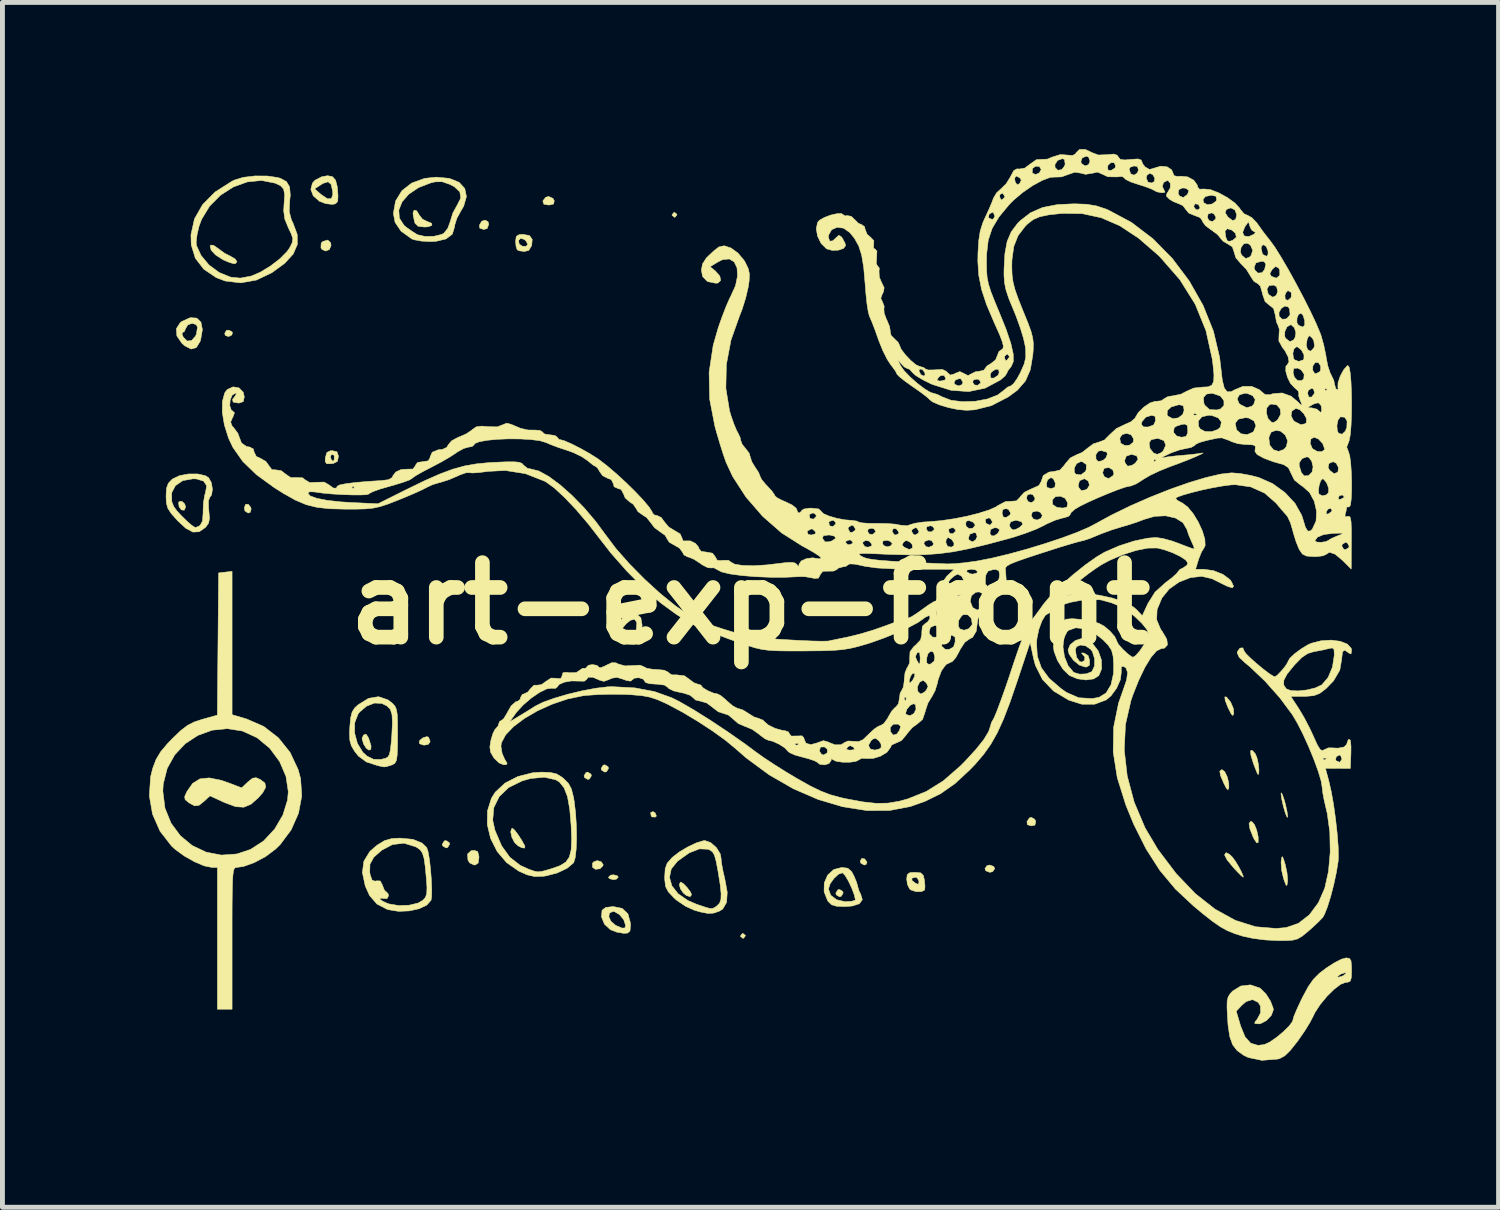
<source format=kicad_pcb>
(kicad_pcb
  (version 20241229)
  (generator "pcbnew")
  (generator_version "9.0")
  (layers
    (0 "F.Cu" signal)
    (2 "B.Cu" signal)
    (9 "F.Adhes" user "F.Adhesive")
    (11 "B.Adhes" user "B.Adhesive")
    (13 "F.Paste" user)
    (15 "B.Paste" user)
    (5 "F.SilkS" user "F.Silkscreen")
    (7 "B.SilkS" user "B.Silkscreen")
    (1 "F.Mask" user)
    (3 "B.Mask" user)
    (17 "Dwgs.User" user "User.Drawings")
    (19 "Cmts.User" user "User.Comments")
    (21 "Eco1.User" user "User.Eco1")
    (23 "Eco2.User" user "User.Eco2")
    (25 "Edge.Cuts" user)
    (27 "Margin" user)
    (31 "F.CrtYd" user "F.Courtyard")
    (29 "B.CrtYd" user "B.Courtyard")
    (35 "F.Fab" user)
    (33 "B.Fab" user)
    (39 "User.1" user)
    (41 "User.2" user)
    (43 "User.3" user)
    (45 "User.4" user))
  (footprint "art-exp-front"
    (layer "F.Cu")
    (at 12.297 9.294)
    (property "Reference" "art-exp-front" (at 0 0 0) (layer "F.SilkS") (effects (font (size 1.524 1.524) (thickness 0.3))))
    (attr through_hole)
    (fp_poly (pts (xy -10.592 -5.549) (xy -10.604 -5.492) (xy -10.672 -5.459) (xy -10.739 -5.483) (xy -10.75 -5.525) (xy -10.714 -5.588) (xy -10.662 -5.59) (xy -10.592 -5.549)) (stroke (width 0.01) (type solid)) (fill yes) (layer "F.SilkS"))
    (fp_poly (pts (xy -1.945 4.285) (xy -1.92 4.348) (xy -1.942 4.37) (xy -2.01 4.366) (xy -2.027 4.347) (xy -2.038 4.277) (xy -1.99 4.257) (xy -1.945 4.285)) (stroke (width 0.01) (type solid)) (fill yes) (layer "F.SilkS"))
    (fp_poly (pts (xy 2.339 5.225) (xy 2.389 5.291) (xy 2.367 5.342) (xy 2.329 5.35) (xy 2.26 5.31) (xy 2.25 5.271) (xy 2.279 5.216) (xy 2.339 5.225)) (stroke (width 0.01) (type solid)) (fill yes) (layer "F.SilkS"))
    (fp_poly (pts (xy -11.568 -2.034) (xy -11.55 -1.972) (xy -11.578 -1.908) (xy -11.637 -1.914) (xy -11.683 -1.977) (xy -11.694 -2.059) (xy -11.685 -2.082) (xy -11.625 -2.089) (xy -11.568 -2.034)) (stroke (width 0.01) (type solid)) (fill yes) (layer "F.SilkS"))
    (fp_poly (pts (xy -10.218 -1.965) (xy -10.209 -1.933) (xy -10.23 -1.862) (xy -10.271 -1.85) (xy -10.336 -1.892) (xy -10.35 -1.954) (xy -10.324 -2.027) (xy -10.268 -2.029) (xy -10.218 -1.965)) (stroke (width 0.01) (type solid)) (fill yes) (layer "F.SilkS"))
    (fp_poly (pts (xy -6.159 4.89) (xy -6.15 4.925) (xy -6.19 4.991) (xy -6.225 5) (xy -6.291 4.96) (xy -6.3 4.925) (xy -6.26 4.859) (xy -6.225 4.85) (xy -6.159 4.89)) (stroke (width 0.01) (type solid)) (fill yes) (layer "F.SilkS"))
    (fp_poly (pts (xy -5.363 -7.807) (xy -5.35 -7.754) (xy -5.383 -7.668) (xy -5.454 -7.65) (xy -5.533 -7.677) (xy -5.541 -7.737) (xy -5.494 -7.818) (xy -5.422 -7.842) (xy -5.363 -7.807)) (stroke (width 0.01) (type solid)) (fill yes) (layer "F.SilkS"))
    (fp_poly (pts (xy -3.259 3.49) (xy -3.25 3.525) (xy -3.29 3.591) (xy -3.325 3.6) (xy -3.391 3.56) (xy -3.4 3.525) (xy -3.36 3.459) (xy -3.325 3.45) (xy -3.259 3.49)) (stroke (width 0.01) (type solid)) (fill yes) (layer "F.SilkS"))
    (fp_poly (pts (xy -2.909 3.34) (xy -2.9 3.375) (xy -2.94 3.441) (xy -2.975 3.45) (xy -3.041 3.41) (xy -3.05 3.375) (xy -3.01 3.309) (xy -2.975 3.3) (xy -2.909 3.34)) (stroke (width 0.01) (type solid)) (fill yes) (layer "F.SilkS"))
    (fp_poly (pts (xy -2.719 5.571) (xy -2.7 5.6) (xy -2.742 5.641) (xy -2.8 5.65) (xy -2.881 5.629) (xy -2.9 5.6) (xy -2.858 5.559) (xy -2.8 5.55) (xy -2.719 5.571)) (stroke (width 0.01) (type solid)) (fill yes) (layer "F.SilkS"))
    (fp_poly (pts (xy -1.501 -7.962) (xy -1.5 -7.95) (xy -1.538 -7.901) (xy -1.55 -7.9) (xy -1.599 -7.938) (xy -1.6 -7.95) (xy -1.562 -7.999) (xy -1.55 -8) (xy -1.501 -7.962)) (stroke (width 0.01) (type solid)) (fill yes) (layer "F.SilkS"))
    (fp_poly (pts (xy -0.101 6.788) (xy -0.1 6.8) (xy -0.138 6.849) (xy -0.15 6.85) (xy -0.199 6.812) (xy -0.2 6.8) (xy -0.162 6.751) (xy -0.15 6.75) (xy -0.101 6.788)) (stroke (width 0.01) (type solid)) (fill yes) (layer "F.SilkS"))
    (fp_poly (pts (xy 1.891 5.89) (xy 1.9 5.925) (xy 1.86 5.991) (xy 1.825 6) (xy 1.759 5.96) (xy 1.75 5.925) (xy 1.79 5.859) (xy 1.825 5.85) (xy 1.891 5.89)) (stroke (width 0.01) (type solid)) (fill yes) (layer "F.SilkS"))
    (fp_poly (pts (xy 4.981 5.381) (xy 5 5.425) (xy 4.958 5.486) (xy 4.9 5.5) (xy 4.819 5.469) (xy 4.8 5.425) (xy 4.842 5.364) (xy 4.9 5.35) (xy 4.981 5.381)) (stroke (width 0.01) (type solid)) (fill yes) (layer "F.SilkS"))
    (fp_poly (pts (xy 5.821 4.417) (xy 5.84 4.463) (xy 5.823 4.533) (xy 5.75 4.55) (xy 5.668 4.525) (xy 5.66 4.463) (xy 5.709 4.388) (xy 5.75 4.375) (xy 5.821 4.417)) (stroke (width 0.01) (type solid)) (fill yes) (layer "F.SilkS"))
    (fp_poly (pts (xy -8.583 -7.379) (xy -8.575 -7.322) (xy -8.611 -7.238) (xy -8.688 -7.209) (xy -8.763 -7.244) (xy -8.782 -7.276) (xy -8.777 -7.37) (xy -8.745 -7.404) (xy -8.642 -7.434) (xy -8.583 -7.379)) (stroke (width 0.01) (type solid)) (fill yes) (layer "F.SilkS"))
    (fp_poly (pts (xy -3.051 5.282) (xy -3.01 5.339) (xy -3.012 5.363) (xy -3.074 5.427) (xy -3.166 5.438) (xy -3.226 5.398) (xy -3.228 5.317) (xy -3.209 5.289) (xy -3.132 5.26) (xy -3.051 5.282)) (stroke (width 0.01) (type solid)) (fill yes) (layer "F.SilkS"))
    (fp_poly (pts (xy -7.813 2.742) (xy -7.802 2.77) (xy -7.757 2.913) (xy -7.761 2.984) (xy -7.801 3) (xy -7.857 2.959) (xy -7.91 2.874) (xy -7.942 2.761) (xy -7.911 2.691) (xy -7.86 2.673) (xy -7.813 2.742)) (stroke (width 0.01) (type solid)) (fill yes) (layer "F.SilkS"))
    (fp_poly (pts (xy -6.582 2.735) (xy -6.552 2.809) (xy -6.55 2.833) (xy -6.589 2.884) (xy -6.674 2.899) (xy -6.755 2.873) (xy -6.773 2.853) (xy -6.76 2.799) (xy -6.694 2.747) (xy -6.616 2.724) (xy -6.582 2.735)) (stroke (width 0.01) (type solid)) (fill yes) (layer "F.SilkS"))
    (fp_poly (pts (xy -4.037 -8.287) (xy -4.01 -8.238) (xy -4.023 -8.171) (xy -4.111 -8.15) (xy -4.125 -8.15) (xy -4.222 -8.167) (xy -4.242 -8.228) (xy -4.24 -8.238) (xy -4.184 -8.309) (xy -4.125 -8.325) (xy -4.037 -8.287)) (stroke (width 0.01) (type solid)) (fill yes) (layer "F.SilkS"))
    (fp_poly (pts (xy -5.576 5.075) (xy -5.551 5.166) (xy -5.55 5.2) (xy -5.566 5.31) (xy -5.625 5.349) (xy -5.647 5.35) (xy -5.739 5.308) (xy -5.775 5.25) (xy -5.783 5.125) (xy -5.712 5.059) (xy -5.647 5.05) (xy -5.576 5.075)) (stroke (width 0.01) (type solid)) (fill yes) (layer "F.SilkS"))
    (fp_poly (pts (xy -1.363 5.736) (xy -1.286 5.817) (xy -1.221 5.906) (xy -1.2 5.958) (xy -1.231 5.998) (xy -1.307 5.974) (xy -1.371 5.921) (xy -1.429 5.836) (xy -1.451 5.75) (xy -1.429 5.702) (xy -1.418 5.7) (xy -1.363 5.736)) (stroke (width 0.01) (type solid)) (fill yes) (layer "F.SilkS"))
    (fp_poly (pts (xy 9.706 3.443) (xy 9.757 3.548) (xy 9.788 3.675) (xy 9.79 3.767) (xy 9.772 3.812) (xy 9.737 3.777) (xy 9.688 3.681) (xy 9.62 3.522) (xy 9.604 3.432) (xy 9.64 3.401) (xy 9.651 3.4) (xy 9.706 3.443)) (stroke (width 0.01) (type solid)) (fill yes) (layer "F.SilkS"))
    (fp_poly (pts (xy 9.741 1.914) (xy 9.815 2.003) (xy 9.828 2.022) (xy 9.882 2.148) (xy 9.891 2.249) (xy 9.873 2.292) (xy 9.838 2.26) (xy 9.778 2.142) (xy 9.771 2.127) (xy 9.715 1.983) (xy 9.707 1.91) (xy 9.741 1.914)) (stroke (width 0.01) (type solid)) (fill yes) (layer "F.SilkS"))
    (fp_poly (pts (xy 10.26 4.462) (xy 10.313 4.522) (xy 10.36 4.64) (xy 10.39 4.777) (xy 10.39 4.887) (xy 10.363 4.9) (xy 10.312 4.828) (xy 10.287 4.78) (xy 10.221 4.613) (xy 10.203 4.502) (xy 10.235 4.458) (xy 10.26 4.462)) (stroke (width 0.01) (type solid)) (fill yes) (layer "F.SilkS"))
    (fp_poly (pts (xy 10.329 3.072) (xy 10.364 3.154) (xy 10.391 3.274) (xy 10.405 3.395) (xy 10.402 3.481) (xy 10.387 3.5) (xy 10.364 3.457) (xy 10.321 3.349) (xy 10.289 3.264) (xy 10.241 3.104) (xy 10.233 3.014) (xy 10.263 3.002) (xy 10.329 3.072)) (stroke (width 0.01) (type solid)) (fill yes) (layer "F.SilkS"))
    (fp_poly (pts (xy 10.883 3.904) (xy 10.919 4.008) (xy 10.946 4.104) (xy 10.979 4.25) (xy 10.993 4.351) (xy 10.99 4.377) (xy 10.967 4.346) (xy 10.931 4.242) (xy 10.904 4.146) (xy 10.871 4) (xy 10.857 3.899) (xy 10.86 3.873) (xy 10.883 3.904)) (stroke (width 0.01) (type solid)) (fill yes) (layer "F.SilkS"))
    (fp_poly (pts (xy -4.818 4.639) (xy -4.746 4.734) (xy -4.668 4.856) (xy -4.61 4.963) (xy -4.614 5.003) (xy -4.671 4.998) (xy -4.749 4.958) (xy -4.818 4.894) (xy -4.822 4.889) (xy -4.878 4.779) (xy -4.9 4.673) (xy -4.883 4.608) (xy -4.862 4.6) (xy -4.818 4.639)) (stroke (width 0.01) (type solid)) (fill yes) (layer "F.SilkS"))
    (fp_poly (pts (xy 9.805 5.134) (xy 9.861 5.188) (xy 9.923 5.272) (xy 9.992 5.386) (xy 10.05 5.498) (xy 10.084 5.579) (xy 10.082 5.6) (xy 10.04 5.566) (xy 9.954 5.479) (xy 9.881 5.4) (xy 9.753 5.244) (xy 9.702 5.144) (xy 9.728 5.101) (xy 9.742 5.1) (xy 9.805 5.134)) (stroke (width 0.01) (type solid)) (fill yes) (layer "F.SilkS"))
    (fp_poly (pts (xy 10.917 5.256) (xy 10.943 5.341) (xy 10.979 5.507) (xy 10.992 5.657) (xy 10.99 5.691) (xy 10.978 5.766) (xy 10.96 5.763) (xy 10.926 5.676) (xy 10.908 5.623) (xy 10.869 5.457) (xy 10.858 5.3) (xy 10.86 5.273) (xy 10.874 5.189) (xy 10.889 5.181) (xy 10.917 5.256)) (stroke (width 0.01) (type solid)) (fill yes) (layer "F.SilkS"))
    (fp_poly (pts (xy -6.825 -8.033) (xy -6.777 -7.957) (xy -6.775 -7.95) (xy -6.705 -7.861) (xy -6.622 -7.82) (xy -6.52 -7.777) (xy -6.511 -7.734) (xy -6.59 -7.705) (xy -6.669 -7.7) (xy -6.795 -7.716) (xy -6.856 -7.775) (xy -6.868 -7.812) (xy -6.893 -7.929) (xy -6.899 -7.987) (xy -6.876 -8.046) (xy -6.825 -8.033)) (stroke (width 0.01) (type solid)) (fill yes) (layer "F.SilkS"))
    (fp_poly (pts (xy -10.979 -7.326) (xy -10.891 -7.265) (xy -10.887 -7.262) (xy -10.755 -7.165) (xy -10.637 -7.105) (xy -10.54 -7.049) (xy -10.5 -6.991) (xy -10.529 -6.954) (xy -10.562 -6.95) (xy -10.645 -6.972) (xy -10.77 -7.024) (xy -10.796 -7.038) (xy -10.937 -7.129) (xy -11.027 -7.226) (xy -11.049 -7.307) (xy -11.036 -7.331) (xy -10.979 -7.326)) (stroke (width 0.01) (type solid)) (fill yes) (layer "F.SilkS"))
    (fp_poly (pts (xy -8.455 -3.104) (xy -8.426 -3.023) (xy -8.425 -3) (xy -8.446 -2.905) (xy -8.529 -2.864) (xy -8.566 -2.859) (xy -8.666 -2.858) (xy -8.696 -2.907) (xy -8.691 -2.984) (xy -8.687 -2.999) (xy -8.588 -2.999) (xy -8.571 -2.943) (xy -8.533 -2.905) (xy -8.511 -2.943) (xy -8.51 -3.021) (xy -8.52 -3.036) (xy -8.568 -3.048) (xy -8.588 -2.999) (xy -8.687 -2.999) (xy -8.66 -3.089) (xy -8.583 -3.124) (xy -8.55 -3.125) (xy -8.455 -3.104)) (stroke (width 0.01) (type solid)) (fill yes) (layer "F.SilkS"))
    (fp_poly (pts (xy -4.516 -7.526) (xy -4.46 -7.447) (xy -4.471 -7.322) (xy -4.53 -7.223) (xy -4.618 -7.2) (xy -4.722 -7.213) (xy -4.767 -7.233) (xy -4.791 -7.303) (xy -4.8 -7.408) (xy -4.798 -7.423) (xy -4.741 -7.423) (xy -4.725 -7.35) (xy -4.663 -7.308) (xy -4.588 -7.305) (xy -4.55 -7.343) (xy -4.55 -7.344) (xy -4.584 -7.41) (xy -4.621 -7.446) (xy -4.697 -7.469) (xy -4.741 -7.423) (xy -4.798 -7.423) (xy -4.786 -7.51) (xy -4.724 -7.546) (xy -4.653 -7.55) (xy -4.516 -7.526)) (stroke (width 0.01) (type solid)) (fill yes) (layer "F.SilkS"))
    (fp_poly (pts (xy 3.487 5.511) (xy 3.541 5.564) (xy 3.563 5.662) (xy 3.574 5.785) (xy 3.567 5.861) (xy 3.566 5.862) (xy 3.497 5.896) (xy 3.387 5.894) (xy 3.284 5.859) (xy 3.26 5.84) (xy 3.215 5.748) (xy 3.2 5.64) (xy 3.202 5.621) (xy 3.304 5.621) (xy 3.31 5.67) (xy 3.384 5.725) (xy 3.438 5.746) (xy 3.449 5.709) (xy 3.45 5.675) (xy 3.41 5.609) (xy 3.375 5.6) (xy 3.304 5.621) (xy 3.202 5.621) (xy 3.211 5.545) (xy 3.266 5.506) (xy 3.369 5.5) (xy 3.487 5.511)) (stroke (width 0.01) (type solid)) (fill yes) (layer "F.SilkS"))
    (fp_poly (pts (xy -2.238 0.293) (xy -2.212 0.446) (xy -2.229 0.586) (xy -2.282 0.756) (xy -2.366 0.835) (xy -2.493 0.829) (xy -2.589 0.789) (xy -2.696 0.691) (xy -2.728 0.572) (xy -2.632 0.572) (xy -2.602 0.622) (xy -2.498 0.697) (xy -2.403 0.679) (xy -2.339 0.573) (xy -2.331 0.541) (xy -2.321 0.391) (xy -2.364 0.324) (xy -2.45 0.343) (xy -2.534 0.411) (xy -2.617 0.507) (xy -2.632 0.572) (xy -2.728 0.572) (xy -2.732 0.557) (xy -2.702 0.415) (xy -2.612 0.293) (xy -2.47 0.219) (xy -2.325 0.216) (xy -2.238 0.293)) (stroke (width 0.01) (type solid)) (fill yes) (layer "F.SilkS"))
    (fp_poly (pts (xy -10.025 3.6) (xy -9.929 3.672) (xy -9.911 3.757) (xy -9.972 3.87) (xy -10.062 3.974) (xy -10.214 4.108) (xy -10.36 4.168) (xy -10.527 4.157) (xy -10.742 4.077) (xy -10.764 4.068) (xy -11.052 3.935) (xy -11.167 4.042) (xy -11.276 4.129) (xy -11.366 4.14) (xy -11.478 4.08) (xy -11.489 4.072) (xy -11.561 4.011) (xy -11.569 3.949) (xy -11.524 3.848) (xy -11.406 3.68) (xy -11.258 3.588) (xy -11.068 3.568) (xy -10.822 3.617) (xy -10.64 3.681) (xy -10.405 3.772) (xy -10.278 3.653) (xy -10.183 3.576) (xy -10.108 3.564) (xy -10.025 3.6)) (stroke (width 0.01) (type solid)) (fill yes) (layer "F.SilkS"))
    (fp_poly (pts (xy -8.546 -8.73) (xy -8.483 -8.659) (xy -8.447 -8.521) (xy -8.433 -8.34) (xy -8.439 -8.224) (xy -8.485 -8.175) (xy -8.55 -8.163) (xy -8.686 -8.179) (xy -8.812 -8.227) (xy -8.939 -8.337) (xy -8.989 -8.469) (xy -8.986 -8.48) (xy -8.912 -8.48) (xy -8.776 -8.363) (xy -8.649 -8.278) (xy -8.569 -8.279) (xy -8.539 -8.366) (xy -8.542 -8.429) (xy -8.574 -8.573) (xy -8.636 -8.625) (xy -8.739 -8.593) (xy -8.776 -8.57) (xy -8.912 -8.48) (xy -8.986 -8.48) (xy -8.956 -8.599) (xy -8.902 -8.658) (xy -8.766 -8.728) (xy -8.645 -8.75) (xy -8.546 -8.73)) (stroke (width 0.01) (type solid)) (fill yes) (layer "F.SilkS"))
    (fp_poly (pts (xy -2.62 6.237) (xy -2.502 6.349) (xy -2.452 6.533) (xy -2.45 6.586) (xy -2.46 6.699) (xy -2.508 6.742) (xy -2.587 6.748) (xy -2.735 6.722) (xy -2.862 6.672) (xy -2.982 6.561) (xy -3.043 6.412) (xy -3.043 6.409) (xy -2.893 6.409) (xy -2.85 6.502) (xy -2.758 6.581) (xy -2.75 6.586) (xy -2.625 6.64) (xy -2.565 6.638) (xy -2.55 6.586) (xy -2.587 6.472) (xy -2.675 6.364) (xy -2.78 6.303) (xy -2.806 6.3) (xy -2.88 6.332) (xy -2.893 6.409) (xy -3.043 6.409) (xy -3.032 6.275) (xy -2.957 6.218) (xy -2.804 6.2) (xy -2.62 6.237)) (stroke (width 0.01) (type solid)) (fill yes) (layer "F.SilkS"))
    (fp_poly (pts (xy -11.322 -5.837) (xy -11.236 -5.753) (xy -11.207 -5.602) (xy -11.242 -5.396) (xy -11.255 -5.357) (xy -11.331 -5.234) (xy -11.437 -5.204) (xy -11.568 -5.27) (xy -11.627 -5.323) (xy -11.729 -5.473) (xy -11.732 -5.516) (xy -11.626 -5.516) (xy -11.598 -5.447) (xy -11.518 -5.368) (xy -11.427 -5.378) (xy -11.347 -5.47) (xy -11.329 -5.513) (xy -11.307 -5.649) (xy -11.332 -5.702) (xy -11.416 -5.73) (xy -11.505 -5.698) (xy -11.55 -5.625) (xy -11.55 -5.62) (xy -11.58 -5.557) (xy -11.602 -5.55) (xy -11.626 -5.516) (xy -11.732 -5.516) (xy -11.74 -5.619) (xy -11.662 -5.742) (xy -11.627 -5.769) (xy -11.455 -5.846) (xy -11.322 -5.837)) (stroke (width 0.01) (type solid)) (fill yes) (layer "F.SilkS"))
    (fp_poly (pts (xy 1.994 5.416) (xy 2.071 5.482) (xy 2.119 5.57) (xy 2.172 5.696) (xy 2.199 5.786) (xy 2.2 5.796) (xy 2.225 5.88) (xy 2.259 5.947) (xy 2.292 6.06) (xy 2.232 6.142) (xy 2.086 6.189) (xy 1.925 6.2) (xy 1.761 6.193) (xy 1.663 6.163) (xy 1.596 6.099) (xy 1.581 6.077) (xy 1.51 5.897) (xy 1.511 5.84) (xy 1.6 5.84) (xy 1.645 5.968) (xy 1.765 6.06) (xy 1.938 6.1) (xy 1.958 6.1) (xy 2.08 6.091) (xy 2.146 6.07) (xy 2.15 6.062) (xy 2.129 5.963) (xy 2.077 5.825) (xy 2.01 5.683) (xy 1.942 5.567) (xy 1.889 5.511) (xy 1.886 5.51) (xy 1.807 5.537) (xy 1.714 5.622) (xy 1.635 5.732) (xy 1.6 5.835) (xy 1.6 5.84) (xy 1.511 5.84) (xy 1.514 5.716) (xy 1.583 5.556) (xy 1.706 5.443) (xy 1.873 5.4) (xy 1.994 5.416)) (stroke (width 0.01) (type solid)) (fill yes) (layer "F.SilkS"))
    (fp_poly (pts (xy -11.146 -2.614) (xy -11.079 -2.571) (xy -11.023 -2.47) (xy -11.002 -2.339) (xy -11.018 -2.222) (xy -11.054 -2.173) (xy -11.084 -2.099) (xy -11.08 -1.945) (xy -11.075 -1.899) (xy -11.061 -1.741) (xy -11.081 -1.641) (xy -11.141 -1.559) (xy -11.146 -1.554) (xy -11.271 -1.467) (xy -11.4 -1.46) (xy -11.547 -1.538) (xy -11.718 -1.698) (xy -11.844 -1.839) (xy -11.914 -1.947) (xy -11.944 -2.055) (xy -11.95 -2.194) (xy -11.946 -2.263) (xy -11.836 -2.263) (xy -11.833 -2.084) (xy -11.794 -1.984) (xy -11.735 -1.902) (xy -11.635 -1.793) (xy -11.521 -1.681) (xy -11.418 -1.593) (xy -11.353 -1.553) (xy -11.35 -1.553) (xy -11.291 -1.575) (xy -11.254 -1.596) (xy -11.205 -1.684) (xy -11.192 -1.862) (xy -11.193 -1.883) (xy -11.186 -2.06) (xy -11.159 -2.218) (xy -11.145 -2.263) (xy -11.119 -2.406) (xy -11.181 -2.502) (xy -11.327 -2.547) (xy -11.399 -2.55) (xy -11.608 -2.513) (xy -11.758 -2.411) (xy -11.836 -2.263) (xy -11.946 -2.263) (xy -11.941 -2.357) (xy -11.903 -2.46) (xy -11.823 -2.543) (xy -11.818 -2.546) (xy -11.677 -2.614) (xy -11.494 -2.649) (xy -11.304 -2.649) (xy -11.146 -2.614)) (stroke (width 0.01) (type solid)) (fill yes) (layer "F.SilkS"))
    (fp_poly (pts (xy -6.154 -8.695) (xy -5.957 -8.615) (xy -5.84 -8.489) (xy -5.806 -8.323) (xy -5.862 -8.127) (xy -5.922 -8.024) (xy -6.002 -7.877) (xy -6.046 -7.736) (xy -6.05 -7.699) (xy -6.094 -7.554) (xy -6.224 -7.456) (xy -6.433 -7.407) (xy -6.561 -7.402) (xy -6.732 -7.413) (xy -6.875 -7.439) (xy -6.925 -7.458) (xy -7.143 -7.615) (xy -7.266 -7.796) (xy -7.3 -7.977) (xy -7.288 -8.047) (xy -7.189 -8.047) (xy -7.178 -7.883) (xy -7.083 -7.735) (xy -7.038 -7.697) (xy -6.915 -7.61) (xy -6.816 -7.548) (xy -6.801 -7.541) (xy -6.65 -7.507) (xy -6.47 -7.511) (xy -6.313 -7.549) (xy -6.268 -7.573) (xy -6.188 -7.672) (xy -6.137 -7.811) (xy -6.135 -7.82) (xy -6.084 -7.986) (xy -5.999 -8.141) (xy -5.998 -8.141) (xy -5.922 -8.293) (xy -5.941 -8.419) (xy -6.055 -8.526) (xy -6.143 -8.572) (xy -6.3 -8.626) (xy -6.441 -8.625) (xy -6.53 -8.605) (xy -6.785 -8.507) (xy -6.985 -8.372) (xy -7.122 -8.215) (xy -7.189 -8.047) (xy -7.288 -8.047) (xy -7.255 -8.232) (xy -7.127 -8.442) (xy -6.926 -8.599) (xy -6.662 -8.695) (xy -6.423 -8.721) (xy -6.154 -8.695)) (stroke (width 0.01) (type solid)) (fill yes) (layer "F.SilkS"))
    (fp_poly (pts (xy -7.411 1.972) (xy -7.317 2.045) (xy -7.27 2.097) (xy -7.24 2.163) (xy -7.222 2.264) (xy -7.215 2.42) (xy -7.214 2.651) (xy -7.214 2.702) (xy -7.216 2.944) (xy -7.223 3.106) (xy -7.237 3.205) (xy -7.263 3.26) (xy -7.304 3.291) (xy -7.337 3.305) (xy -7.44 3.337) (xy -7.491 3.344) (xy -7.563 3.33) (xy -7.625 3.316) (xy -7.852 3.242) (xy -8.014 3.123) (xy -8.093 3.025) (xy -8.159 2.913) (xy -8.191 2.801) (xy -8.197 2.652) (xy -8.093 2.652) (xy -8.035 2.865) (xy -7.923 3.047) (xy -7.839 3.122) (xy -7.706 3.188) (xy -7.561 3.191) (xy -7.47 3.17) (xy -7.419 3.147) (xy -7.384 3.096) (xy -7.361 2.997) (xy -7.343 2.831) (xy -7.332 2.689) (xy -7.32 2.443) (xy -7.328 2.275) (xy -7.362 2.167) (xy -7.431 2.097) (xy -7.538 2.045) (xy -7.686 2.037) (xy -7.849 2.101) (xy -7.993 2.223) (xy -8.022 2.261) (xy -8.091 2.439) (xy -8.093 2.652) (xy -8.197 2.652) (xy -8.197 2.65) (xy -8.191 2.523) (xy -8.174 2.337) (xy -8.144 2.219) (xy -8.09 2.135) (xy -8.022 2.073) (xy -7.807 1.94) (xy -7.603 1.907) (xy -7.411 1.972)) (stroke (width 0.01) (type solid)) (fill yes) (layer "F.SilkS"))
    (fp_poly (pts (xy -0.809 4.892) (xy -0.693 4.994) (xy -0.615 5.12) (xy -0.6 5.193) (xy -0.587 5.315) (xy -0.555 5.49) (xy -0.522 5.627) (xy -0.471 5.907) (xy -0.484 6.114) (xy -0.562 6.249) (xy -0.628 6.292) (xy -0.747 6.334) (xy -0.865 6.341) (xy -1.019 6.311) (xy -1.15 6.273) (xy -1.325 6.193) (xy -1.502 6.074) (xy -1.562 6.021) (xy -1.676 5.899) (xy -1.732 5.792) (xy -1.749 5.654) (xy -1.75 5.603) (xy -1.652 5.603) (xy -1.603 5.777) (xy -1.474 5.94) (xy -1.271 6.079) (xy -1.1 6.152) (xy -0.932 6.209) (xy -0.831 6.238) (xy -0.771 6.239) (xy -0.723 6.216) (xy -0.68 6.185) (xy -0.628 6.131) (xy -0.6 6.053) (xy -0.597 5.931) (xy -0.616 5.748) (xy -0.658 5.486) (xy -0.66 5.475) (xy -0.698 5.274) (xy -0.732 5.15) (xy -0.774 5.079) (xy -0.834 5.04) (xy -0.864 5.028) (xy -1.04 5.02) (xy -1.251 5.103) (xy -1.489 5.273) (xy -1.616 5.431) (xy -1.652 5.603) (xy -1.75 5.603) (xy -1.75 5.589) (xy -1.74 5.425) (xy -1.699 5.313) (xy -1.607 5.207) (xy -1.587 5.188) (xy -1.448 5.081) (xy -1.274 4.978) (xy -1.099 4.896) (xy -0.958 4.853) (xy -0.928 4.85) (xy -0.809 4.892)) (stroke (width 0.01) (type solid)) (fill yes) (layer "F.SilkS"))
    (fp_poly (pts (xy -4.088 3.457) (xy -3.962 3.487) (xy -3.856 3.551) (xy -3.812 3.587) (xy -3.717 3.684) (xy -3.658 3.796) (xy -3.617 3.959) (xy -3.601 4.05) (xy -3.573 4.289) (xy -3.557 4.547) (xy -3.553 4.801) (xy -3.561 5.027) (xy -3.581 5.201) (xy -3.612 5.302) (xy -3.614 5.305) (xy -3.747 5.417) (xy -3.947 5.512) (xy -4.178 5.573) (xy -4.24 5.581) (xy -4.411 5.586) (xy -4.568 5.55) (xy -4.735 5.475) (xy -4.983 5.302) (xy -5.177 5.074) (xy -5.311 4.808) (xy -5.379 4.525) (xy -5.378 4.435) (xy -5.268 4.435) (xy -5.223 4.638) (xy -5.087 4.957) (xy -4.918 5.192) (xy -4.705 5.358) (xy -4.525 5.439) (xy -4.419 5.476) (xy -4.345 5.49) (xy -4.265 5.481) (xy -4.142 5.448) (xy -4.059 5.423) (xy -3.89 5.363) (xy -3.773 5.29) (xy -3.7 5.186) (xy -3.663 5.034) (xy -3.654 4.815) (xy -3.664 4.55) (xy -3.693 4.207) (xy -3.739 3.951) (xy -3.809 3.771) (xy -3.904 3.653) (xy -3.98 3.607) (xy -4.212 3.554) (xy -4.494 3.581) (xy -4.666 3.63) (xy -4.94 3.764) (xy -5.135 3.95) (xy -5.246 4.177) (xy -5.268 4.435) (xy -5.378 4.435) (xy -5.376 4.244) (xy -5.295 3.985) (xy -5.218 3.862) (xy -5.019 3.676) (xy -4.755 3.54) (xy -4.451 3.463) (xy -4.273 3.45) (xy -4.088 3.457)) (stroke (width 0.01) (type solid)) (fill yes) (layer "F.SilkS"))
    (fp_poly (pts (xy -9.884 -8.744) (xy -9.665 -8.712) (xy -9.61 -8.696) (xy -9.487 -8.629) (xy -9.423 -8.521) (xy -9.409 -8.354) (xy -9.423 -8.21) (xy -9.431 -8.015) (xy -9.386 -7.847) (xy -9.352 -7.777) (xy -9.267 -7.548) (xy -9.265 -7.342) (xy -9.349 -7.148) (xy -9.524 -6.957) (xy -9.786 -6.766) (xy -10.102 -6.615) (xy -10.424 -6.558) (xy -10.741 -6.596) (xy -10.925 -6.666) (xy -11.18 -6.839) (xy -11.352 -7.063) (xy -11.435 -7.334) (xy -11.437 -7.395) (xy -11.334 -7.395) (xy -11.33 -7.327) (xy -11.235 -7.119) (xy -11.072 -6.924) (xy -10.869 -6.774) (xy -10.848 -6.763) (xy -10.629 -6.675) (xy -10.43 -6.655) (xy -10.206 -6.698) (xy -10.02 -6.777) (xy -9.815 -6.902) (xy -9.623 -7.05) (xy -9.475 -7.199) (xy -9.42 -7.277) (xy -9.37 -7.38) (xy -9.357 -7.459) (xy -9.386 -7.553) (xy -9.446 -7.678) (xy -9.521 -7.862) (xy -9.544 -8.033) (xy -9.536 -8.173) (xy -9.524 -8.359) (xy -9.545 -8.474) (xy -9.608 -8.546) (xy -9.717 -8.597) (xy -9.996 -8.652) (xy -10.288 -8.623) (xy -10.575 -8.519) (xy -10.838 -8.35) (xy -11.06 -8.126) (xy -11.223 -7.858) (xy -11.276 -7.715) (xy -11.316 -7.543) (xy -11.334 -7.395) (xy -11.437 -7.395) (xy -11.441 -7.544) (xy -11.369 -7.867) (xy -11.203 -8.159) (xy -10.947 -8.417) (xy -10.601 -8.637) (xy -10.552 -8.661) (xy -10.369 -8.717) (xy -10.133 -8.745) (xy -9.884 -8.744)) (stroke (width 0.01) (type solid)) (fill yes) (layer "F.SilkS"))
    (fp_poly (pts (xy -6.901 4.825) (xy -6.714 4.901) (xy -6.619 4.992) (xy -6.591 5.075) (xy -6.564 5.23) (xy -6.541 5.428) (xy -6.524 5.641) (xy -6.516 5.839) (xy -6.518 5.994) (xy -6.53 6.071) (xy -6.617 6.17) (xy -6.775 6.245) (xy -6.976 6.289) (xy -7.195 6.298) (xy -7.403 6.264) (xy -7.425 6.258) (xy -7.636 6.149) (xy -7.788 5.974) (xy -7.876 5.778) (xy -7.934 5.504) (xy -7.934 5.501) (xy -7.784 5.501) (xy -7.774 5.553) (xy -7.737 5.657) (xy -7.678 5.681) (xy -7.647 5.674) (xy -7.569 5.676) (xy -7.525 5.759) (xy -7.521 5.772) (xy -7.483 5.867) (xy -7.445 5.9) (xy -7.406 5.941) (xy -7.4 5.981) (xy -7.431 6.039) (xy -7.5 6.035) (xy -7.573 6.027) (xy -7.574 6.051) (xy -7.517 6.092) (xy -7.417 6.137) (xy -7.385 6.147) (xy -7.187 6.18) (xy -6.977 6.172) (xy -6.794 6.128) (xy -6.696 6.071) (xy -6.644 6.012) (xy -6.618 5.935) (xy -6.613 5.813) (xy -6.626 5.628) (xy -6.649 5.381) (xy -6.673 5.214) (xy -6.706 5.107) (xy -6.753 5.039) (xy -6.822 4.99) (xy -6.848 4.976) (xy -7.084 4.904) (xy -7.32 4.932) (xy -7.538 5.047) (xy -7.701 5.191) (xy -7.779 5.333) (xy -7.784 5.501) (xy -7.934 5.501) (xy -7.904 5.273) (xy -7.783 5.074) (xy -7.64 4.949) (xy -7.485 4.853) (xy -7.333 4.809) (xy -7.164 4.8) (xy -6.901 4.825)) (stroke (width 0.01) (type solid)) (fill yes) (layer "F.SilkS"))
    (fp_poly (pts (xy -10.6 0.809) (xy -10.6 2.275) (xy -10.305 2.362) (xy -9.953 2.515) (xy -9.652 2.748) (xy -9.413 3.047) (xy -9.248 3.399) (xy -9.198 3.583) (xy -9.174 3.936) (xy -9.241 4.292) (xy -9.391 4.631) (xy -9.617 4.934) (xy -9.712 5.026) (xy -9.915 5.178) (xy -10.145 5.301) (xy -10.366 5.38) (xy -10.509 5.4) (xy -10.535 5.405) (xy -10.556 5.427) (xy -10.572 5.476) (xy -10.583 5.564) (xy -10.591 5.7) (xy -10.596 5.896) (xy -10.599 6.163) (xy -10.6 6.51) (xy -10.6 6.85) (xy -10.6 8.3) (xy -10.9 8.3) (xy -10.9 5.4) (xy -11.012 5.4) (xy -11.169 5.368) (xy -11.368 5.284) (xy -11.577 5.166) (xy -11.765 5.029) (xy -11.837 4.963) (xy -12.074 4.658) (xy -12.227 4.31) (xy -12.292 3.934) (xy -12.286 3.843) (xy -12.016 3.843) (xy -11.972 4.188) (xy -11.848 4.494) (xy -11.658 4.751) (xy -11.415 4.952) (xy -11.133 5.086) (xy -10.823 5.147) (xy -10.5 5.124) (xy -10.222 5.031) (xy -9.954 4.857) (xy -9.728 4.614) (xy -9.56 4.327) (xy -9.465 4.02) (xy -9.45 3.849) (xy -9.497 3.537) (xy -9.628 3.233) (xy -9.83 2.961) (xy -10.088 2.747) (xy -10.389 2.609) (xy -10.701 2.561) (xy -11.009 2.593) (xy -11.3 2.699) (xy -11.559 2.869) (xy -11.773 3.097) (xy -11.927 3.374) (xy -12.008 3.693) (xy -12.016 3.843) (xy -12.286 3.843) (xy -12.267 3.548) (xy -12.222 3.368) (xy -12.154 3.19) (xy -12.06 3.033) (xy -11.918 2.864) (xy -11.822 2.765) (xy -11.65 2.6) (xy -11.51 2.493) (xy -11.369 2.422) (xy -11.207 2.369) (xy -10.901 2.284) (xy -10.888 0.83) (xy -10.875 -0.625) (xy -10.738 -0.641) (xy -10.6 -0.657) (xy -10.6 0.809)) (stroke (width 0.01) (type solid)) (fill yes) (layer "F.SilkS"))
    (fp_poly (pts (xy 12.255 7.26) (xy 12.288 7.307) (xy 12.299 7.417) (xy 12.3 7.5) (xy 12.296 7.649) (xy 12.275 7.723) (xy 12.225 7.748) (xy 12.182 7.75) (xy 12.078 7.789) (xy 11.943 7.892) (xy 11.796 8.037) (xy 11.659 8.203) (xy 11.551 8.368) (xy 11.517 8.439) (xy 11.449 8.57) (xy 11.341 8.745) (xy 11.214 8.929) (xy 11.195 8.956) (xy 11.048 9.141) (xy 10.932 9.254) (xy 10.828 9.31) (xy 10.794 9.319) (xy 10.465 9.346) (xy 10.187 9.288) (xy 10.092 9.242) (xy 9.959 9.146) (xy 9.867 9.027) (xy 9.809 8.864) (xy 9.774 8.635) (xy 9.762 8.466) (xy 9.752 8.262) (xy 9.755 8.13) (xy 9.777 8.044) (xy 9.822 7.976) (xy 9.867 7.929) (xy 10.035 7.825) (xy 10.231 7.802) (xy 10.418 7.864) (xy 10.439 7.878) (xy 10.547 7.986) (xy 10.641 8.133) (xy 10.695 8.274) (xy 10.7 8.315) (xy 10.658 8.427) (xy 10.559 8.532) (xy 10.439 8.595) (xy 10.399 8.6) (xy 10.32 8.593) (xy 10.326 8.557) (xy 10.367 8.509) (xy 10.439 8.374) (xy 10.436 8.236) (xy 10.39 8.16) (xy 10.275 8.103) (xy 10.144 8.143) (xy 10.054 8.22) (xy 9.941 8.341) (xy 10.031 8.644) (xy 10.121 8.865) (xy 10.237 8.995) (xy 10.386 9.039) (xy 10.516 9.023) (xy 10.627 8.972) (xy 10.764 8.877) (xy 10.904 8.761) (xy 11.022 8.645) (xy 11.091 8.551) (xy 11.1 8.52) (xy 11.121 8.445) (xy 11.179 8.306) (xy 11.261 8.129) (xy 11.298 8.054) (xy 11.413 7.84) (xy 11.52 7.687) (xy 11.567 7.64) (xy 12.01 7.64) (xy 12.025 7.648) (xy 12.107 7.624) (xy 12.15 7.6) (xy 12.19 7.56) (xy 12.175 7.552) (xy 12.093 7.576) (xy 12.05 7.6) (xy 12.01 7.64) (xy 11.567 7.64) (xy 11.643 7.564) (xy 11.785 7.456) (xy 11.946 7.352) (xy 12.09 7.278) (xy 12.187 7.25) (xy 12.187 7.25) (xy 12.255 7.26)) (stroke (width 0.01) (type solid)) (fill yes) (layer "F.SilkS"))
    (fp_poly (pts (xy 6.856 -9.287) (xy 6.986 -9.224) (xy 7.121 -9.173) (xy 7.297 -9.18) (xy 7.435 -9.193) (xy 7.506 -9.169) (xy 7.529 -9.133) (xy 7.571 -9.084) (xy 7.662 -9.072) (xy 7.78 -9.083) (xy 7.931 -9.093) (xy 7.997 -9.07) (xy 8 -9.06) (xy 8.032 -8.985) (xy 8.078 -8.929) (xy 8.167 -8.877) (xy 8.256 -8.903) (xy 8.396 -8.945) (xy 8.529 -8.931) (xy 8.62 -8.87) (xy 8.64 -8.821) (xy 8.669 -8.75) (xy 8.749 -8.734) (xy 8.804 -8.74) (xy 8.947 -8.726) (xy 9.072 -8.658) (xy 9.144 -8.558) (xy 9.15 -8.519) (xy 9.189 -8.474) (xy 9.287 -8.478) (xy 9.414 -8.465) (xy 9.582 -8.4) (xy 9.759 -8.303) (xy 9.913 -8.192) (xy 10.013 -8.083) (xy 10.023 -8.062) (xy 10.101 -7.971) (xy 10.172 -7.94) (xy 10.261 -7.891) (xy 10.361 -7.787) (xy 10.387 -7.75) (xy 10.5 -7.592) (xy 10.621 -7.437) (xy 10.633 -7.423) (xy 10.729 -7.291) (xy 10.856 -7.088) (xy 11.004 -6.835) (xy 11.16 -6.552) (xy 11.315 -6.259) (xy 11.457 -5.977) (xy 11.576 -5.725) (xy 11.66 -5.525) (xy 11.676 -5.48) (xy 11.731 -5.285) (xy 11.775 -5.072) (xy 11.783 -5.018) (xy 11.816 -4.852) (xy 11.862 -4.715) (xy 11.882 -4.676) (xy 11.937 -4.562) (xy 11.95 -4.492) (xy 11.975 -4.401) (xy 11.999 -4.375) (xy 12.028 -4.383) (xy 12.02 -4.419) (xy 12.023 -4.516) (xy 12.068 -4.65) (xy 12.137 -4.778) (xy 12.21 -4.86) (xy 12.224 -4.868) (xy 12.251 -4.832) (xy 12.272 -4.717) (xy 12.288 -4.541) (xy 12.297 -4.325) (xy 12.301 -4.089) (xy 12.298 -3.851) (xy 12.289 -3.632) (xy 12.274 -3.453) (xy 12.251 -3.331) (xy 12.239 -3.3) (xy 12.201 -3.198) (xy 12.238 -3.101) (xy 12.263 -3.017) (xy 12.282 -2.872) (xy 12.295 -2.687) (xy 12.301 -2.487) (xy 12.3 -2.292) (xy 12.292 -2.127) (xy 12.277 -2.013) (xy 12.253 -1.974) (xy 12.25 -1.975) (xy 12.204 -1.973) (xy 12.2 -1.957) (xy 12.183 -1.87) (xy 12.169 -1.829) (xy 12.166 -1.772) (xy 12.219 -1.78) (xy 12.254 -1.783) (xy 12.277 -1.75) (xy 12.29 -1.665) (xy 12.296 -1.512) (xy 12.296 -1.276) (xy 12.296 -1.257) (xy 12.293 -0.704) (xy 12.12 -0.877) (xy 11.963 -1.008) (xy 11.848 -1.048) (xy 11.776 -1.002) (xy 11.712 -0.974) (xy 11.586 -0.959) (xy 11.524 -0.958) (xy 11.378 -0.97) (xy 11.294 -1.011) (xy 11.232 -1.101) (xy 11.223 -1.119) (xy 11.2 -1.175) (xy 12.1 -1.175) (xy 12.14 -1.109) (xy 12.175 -1.1) (xy 12.241 -1.14) (xy 12.25 -1.175) (xy 12.21 -1.241) (xy 12.175 -1.25) (xy 12.109 -1.21) (xy 12.1 -1.175) (xy 11.2 -1.175) (xy 11.162 -1.27) (xy 11.159 -1.279) (xy 11.55 -1.279) (xy 11.591 -1.255) (xy 11.682 -1.251) (xy 11.777 -1.266) (xy 11.82 -1.288) (xy 11.889 -1.33) (xy 12.007 -1.381) (xy 12.016 -1.384) (xy 12.105 -1.419) (xy 12.119 -1.436) (xy 12.051 -1.438) (xy 11.925 -1.434) (xy 11.732 -1.41) (xy 11.601 -1.356) (xy 11.55 -1.282) (xy 11.55 -1.279) (xy 11.159 -1.279) (xy 11.106 -1.452) (xy 11.095 -1.498) (xy 11.049 -1.652) (xy 10.993 -1.772) (xy 10.974 -1.798) (xy 10.899 -1.883) (xy 10.794 -2.006) (xy 10.752 -2.056) (xy 10.522 -2.257) (xy 10.239 -2.384) (xy 9.926 -2.429) (xy 9.831 -2.425) (xy 9.661 -2.403) (xy 9.457 -2.367) (xy 9.241 -2.321) (xy 9.035 -2.27) (xy 8.861 -2.221) (xy 8.742 -2.179) (xy 8.7 -2.15) (xy 8.741 -2.106) (xy 8.838 -2.055) (xy 8.948 -1.973) (xy 9.062 -1.835) (xy 9.166 -1.663) (xy 9.249 -1.481) (xy 9.299 -1.314) (xy 9.305 -1.186) (xy 9.283 -1.138) (xy 9.229 -1.05) (xy 9.175 -0.915) (xy 9.166 -0.887) (xy 9.109 -0.7) (xy 9.274 -0.7) (xy 9.477 -0.671) (xy 9.669 -0.595) (xy 9.811 -0.489) (xy 9.841 -0.449) (xy 9.886 -0.352) (xy 9.862 -0.319) (xy 9.764 -0.349) (xy 9.694 -0.382) (xy 9.558 -0.45) (xy 9.448 -0.504) (xy 9.438 -0.508) (xy 9.234 -0.555) (xy 9.003 -0.528) (xy 8.772 -0.438) (xy 8.569 -0.295) (xy 8.42 -0.111) (xy 8.322 0.125) (xy 8.313 0.333) (xy 8.395 0.528) (xy 8.429 0.576) (xy 8.52 0.73) (xy 8.535 0.846) (xy 8.475 0.913) (xy 8.406 0.924) (xy 8.311 0.971) (xy 8.198 1.101) (xy 8.075 1.303) (xy 7.95 1.562) (xy 7.829 1.865) (xy 7.787 1.986) (xy 7.675 2.476) (xy 7.65 2.995) (xy 7.711 3.53) (xy 7.854 4.066) (xy 8.076 4.59) (xy 8.338 5.032) (xy 8.713 5.527) (xy 9.104 5.936) (xy 9.508 6.254) (xy 9.92 6.481) (xy 10.337 6.613) (xy 10.755 6.648) (xy 10.96 6.63) (xy 11.213 6.543) (xy 11.437 6.369) (xy 11.622 6.12) (xy 11.751 5.825) (xy 11.828 5.48) (xy 11.863 5.084) (xy 11.855 4.676) (xy 11.803 4.298) (xy 11.782 4.208) (xy 11.739 4.023) (xy 11.709 3.861) (xy 11.7 3.77) (xy 11.678 3.634) (xy 11.618 3.433) (xy 11.529 3.189) (xy 11.52 3.167) (xy 11.717 3.167) (xy 11.724 3.196) (xy 11.75 3.2) (xy 11.756 3.197) (xy 11.972 3.197) (xy 11.985 3.218) (xy 12.057 3.248) (xy 12.099 3.195) (xy 12.1 3.175) (xy 12.075 3.108) (xy 12.053 3.1) (xy 11.988 3.133) (xy 11.972 3.197) (xy 11.756 3.197) (xy 11.791 3.182) (xy 11.783 3.167) (xy 11.724 3.161) (xy 11.717 3.167) (xy 11.52 3.167) (xy 11.421 2.927) (xy 11.304 2.669) (xy 11.186 2.439) (xy 11.089 2.275) (xy 10.832 1.929) (xy 10.599 1.667) (xy 10.912 1.667) (xy 10.963 1.745) (xy 11.056 1.782) (xy 11.209 1.789) (xy 11.389 1.769) (xy 11.56 1.727) (xy 11.69 1.665) (xy 11.694 1.662) (xy 11.82 1.514) (xy 11.909 1.302) (xy 11.946 1.06) (xy 11.946 1.057) (xy 11.942 0.945) (xy 11.908 0.909) (xy 11.838 0.922) (xy 11.711 0.952) (xy 11.553 0.982) (xy 11.535 0.984) (xy 11.405 1.023) (xy 11.281 1.106) (xy 11.136 1.254) (xy 11.123 1.269) (xy 10.983 1.442) (xy 10.915 1.569) (xy 10.912 1.667) (xy 10.599 1.667) (xy 10.531 1.59) (xy 10.22 1.295) (xy 10.129 1.22) (xy 10.002 1.102) (xy 9.96 1.012) (xy 9.965 0.983) (xy 10.018 0.913) (xy 10.076 0.908) (xy 10.1 0.967) (xy 10.136 1.022) (xy 10.23 1.116) (xy 10.358 1.23) (xy 10.496 1.344) (xy 10.621 1.439) (xy 10.71 1.493) (xy 10.732 1.5) (xy 10.785 1.464) (xy 10.865 1.38) (xy 10.945 1.282) (xy 10.995 1.203) (xy 11 1.184) (xy 11.039 1.119) (xy 11.137 1.027) (xy 11.268 0.93) (xy 11.402 0.848) (xy 11.47 0.816) (xy 11.676 0.763) (xy 11.883 0.75) (xy 12.07 0.774) (xy 12.214 0.831) (xy 12.292 0.916) (xy 12.3 0.959) (xy 12.289 1.033) (xy 12.249 1.018) (xy 12.24 1.01) (xy 12.16 0.955) (xy 12.115 0.988) (xy 12.1 1.114) (xy 12.1 1.127) (xy 12.059 1.365) (xy 11.93 1.585) (xy 11.776 1.743) (xy 11.65 1.839) (xy 11.529 1.886) (xy 11.366 1.9) (xy 11.326 1.9) (xy 11.056 1.9) (xy 11.22 2.15) (xy 11.33 2.335) (xy 11.446 2.558) (xy 11.524 2.726) (xy 11.602 2.898) (xy 11.659 2.989) (xy 11.705 3.01) (xy 11.727 2.998) (xy 11.821 2.955) (xy 11.859 2.953) (xy 12.026 2.96) (xy 12.148 2.935) (xy 12.2 2.883) (xy 12.2 2.878) (xy 12.23 2.793) (xy 12.249 2.776) (xy 12.276 2.803) (xy 12.288 2.919) (xy 12.287 3.06) (xy 12.275 3.375) (xy 12.02 3.373) (xy 11.765 3.372) (xy 11.833 3.623) (xy 11.884 3.847) (xy 11.933 4.122) (xy 11.974 4.421) (xy 12.007 4.717) (xy 12.027 4.984) (xy 12.031 5.194) (xy 12.026 5.273) (xy 11.989 5.501) (xy 11.936 5.749) (xy 11.873 5.992) (xy 11.807 6.205) (xy 11.745 6.362) (xy 11.708 6.425) (xy 11.623 6.513) (xy 11.495 6.633) (xy 11.403 6.713) (xy 11.289 6.806) (xy 11.196 6.861) (xy 11.093 6.888) (xy 10.947 6.897) (xy 10.778 6.896) (xy 10.535 6.883) (xy 10.283 6.851) (xy 10.076 6.807) (xy 10.075 6.806) (xy 9.904 6.752) (xy 9.756 6.691) (xy 9.612 6.611) (xy 9.45 6.498) (xy 9.249 6.34) (xy 9.068 6.189) (xy 8.697 5.842) (xy 8.377 5.459) (xy 8.097 5.022) (xy 7.843 4.515) (xy 7.682 4.122) (xy 7.507 3.564) (xy 7.424 3.036) (xy 7.433 2.531) (xy 7.533 2.04) (xy 7.621 1.79) (xy 7.698 1.565) (xy 7.719 1.412) (xy 7.684 1.319) (xy 7.631 1.284) (xy 7.589 1.3) (xy 7.589 1.401) (xy 7.59 1.403) (xy 7.572 1.557) (xy 7.495 1.732) (xy 7.38 1.889) (xy 7.282 1.972) (xy 7.046 2.061) (xy 6.781 2.061) (xy 6.516 1.978) (xy 6.204 1.791) (xy 5.978 1.556) (xy 5.833 1.268) (xy 5.795 1.125) (xy 5.727 0.808) (xy 5.856 0.808) (xy 5.872 1.08) (xy 5.955 1.316) (xy 6.113 1.531) (xy 6.357 1.741) (xy 6.469 1.82) (xy 6.72 1.929) (xy 6.997 1.945) (xy 7.137 1.919) (xy 7.279 1.831) (xy 7.379 1.664) (xy 7.43 1.432) (xy 7.434 1.258) (xy 7.422 1.079) (xy 7.391 0.959) (xy 7.324 0.856) (xy 7.217 0.744) (xy 7.033 0.6) (xy 6.839 0.517) (xy 6.657 0.498) (xy 6.51 0.55) (xy 6.484 0.573) (xy 6.414 0.707) (xy 6.397 0.889) (xy 6.427 1.087) (xy 6.5 1.27) (xy 6.61 1.403) (xy 6.622 1.412) (xy 6.734 1.446) (xy 6.873 1.44) (xy 6.982 1.397) (xy 6.99 1.39) (xy 7.041 1.279) (xy 7.043 1.129) (xy 6.999 0.988) (xy 6.967 0.941) (xy 6.864 0.869) (xy 6.755 0.85) (xy 6.674 0.883) (xy 6.65 0.946) (xy 6.673 1.098) (xy 6.735 1.186) (xy 6.78 1.2) (xy 6.839 1.165) (xy 6.843 1.093) (xy 6.791 1.032) (xy 6.787 1.03) (xy 6.776 1.013) (xy 6.825 1.014) (xy 6.911 1.066) (xy 6.941 1.163) (xy 6.938 1.264) (xy 6.883 1.298) (xy 6.851 1.3) (xy 6.731 1.26) (xy 6.61 1.161) (xy 6.523 1.038) (xy 6.5 0.953) (xy 6.543 0.846) (xy 6.648 0.759) (xy 6.776 0.717) (xy 6.845 0.724) (xy 7.001 0.818) (xy 7.118 0.971) (xy 7.183 1.155) (xy 7.187 1.338) (xy 7.13 1.476) (xy 7.026 1.543) (xy 6.868 1.565) (xy 6.691 1.541) (xy 6.53 1.473) (xy 6.525 1.47) (xy 6.397 1.345) (xy 6.285 1.167) (xy 6.214 0.979) (xy 6.2 0.878) (xy 6.223 0.72) (xy 6.281 0.554) (xy 6.36 0.412) (xy 6.442 0.329) (xy 6.457 0.323) (xy 6.584 0.311) (xy 6.772 0.327) (xy 6.985 0.366) (xy 7.129 0.405) (xy 7.24 0.465) (xy 7.359 0.566) (xy 7.456 0.678) (xy 7.5 0.771) (xy 7.5 0.777) (xy 7.534 0.84) (xy 7.617 0.933) (xy 7.716 1.026) (xy 7.801 1.089) (xy 7.831 1.1) (xy 7.891 1.06) (xy 7.975 0.961) (xy 8.059 0.835) (xy 8.125 0.711) (xy 8.15 0.624) (xy 8.112 0.532) (xy 8.012 0.408) (xy 7.873 0.273) (xy 7.717 0.149) (xy 7.575 0.062) (xy 7.393 -0.012) (xy 7.2 -0.066) (xy 7.168 -0.073) (xy 6.982 -0.083) (xy 6.765 -0.064) (xy 6.548 -0.023) (xy 6.363 0.034) (xy 6.243 0.1) (xy 6.236 0.107) (xy 6.153 0.178) (xy 6.103 0.2) (xy 6.034 0.245) (xy 5.964 0.363) (xy 5.904 0.528) (xy 5.865 0.713) (xy 5.856 0.808) (xy 5.727 0.808) (xy 5.725 0.797) (xy 5.454 1.611) (xy 5.31 2.029) (xy 5.18 2.367) (xy 5.054 2.644) (xy 4.922 2.878) (xy 4.774 3.087) (xy 4.602 3.288) (xy 4.488 3.406) (xy 4.188 3.684) (xy 3.894 3.891) (xy 3.572 4.049) (xy 3.277 4.153) (xy 2.85 4.235) (xy 2.384 4.236) (xy 1.892 4.159) (xy 1.387 4.009) (xy 0.881 3.79) (xy 0.386 3.505) (xy -0.083 3.16) (xy -0.3 2.97) (xy -0.504 2.801) (xy -0.772 2.608) (xy -1.075 2.41) (xy -1.386 2.224) (xy -1.676 2.069) (xy -1.719 2.048) (xy -1.897 1.968) (xy -2.051 1.917) (xy -2.216 1.886) (xy -2.429 1.868) (xy -2.569 1.861) (xy -2.835 1.857) (xy -3.11 1.864) (xy -3.35 1.88) (xy -3.426 1.889) (xy -3.74 1.955) (xy -4.053 2.061) (xy -4.352 2.196) (xy -4.62 2.352) (xy -4.842 2.519) (xy -5.004 2.688) (xy -5.09 2.85) (xy -5.1 2.919) (xy -5.075 3.071) (xy -5.022 3.189) (xy -4.973 3.269) (xy -4.99 3.297) (xy -5.044 3.3) (xy -5.138 3.262) (xy -5.237 3.168) (xy -5.248 3.153) (xy -5.312 3.043) (xy -5.327 2.935) (xy -5.304 2.792) (xy -5.263 2.657) (xy -5.219 2.572) (xy -5.203 2.559) (xy -5.155 2.501) (xy -5.15 2.471) (xy -5.128 2.422) (xy -4.923 2.422) (xy -4.724 2.302) (xy -4.571 2.209) (xy -4.432 2.122) (xy -4.4 2.101) (xy -4.24 2.021) (xy -4.008 1.938) (xy -3.732 1.857) (xy -3.44 1.787) (xy -3.159 1.734) (xy -2.917 1.705) (xy -2.822 1.702) (xy -2.359 1.727) (xy -1.961 1.802) (xy -1.603 1.93) (xy -1.455 2.004) (xy -1.16 2.174) (xy -0.817 2.389) (xy -0.456 2.629) (xy -0.106 2.874) (xy 0.117 3.04) (xy 0.28 3.156) (xy 0.5 3.301) (xy 0.747 3.456) (xy 0.957 3.581) (xy 1.223 3.731) (xy 1.439 3.836) (xy 1.635 3.912) (xy 1.846 3.97) (xy 1.965 3.996) (xy 2.305 4.059) (xy 2.58 4.089) (xy 2.818 4.084) (xy 3.05 4.045) (xy 3.224 3.997) (xy 3.6 3.846) (xy 3.949 3.628) (xy 4.293 3.329) (xy 4.38 3.242) (xy 4.617 2.985) (xy 4.78 2.78) (xy 4.876 2.62) (xy 4.908 2.524) (xy 4.935 2.431) (xy 4.954 2.4) (xy 4.988 2.339) (xy 5.046 2.199) (xy 5.121 1.999) (xy 5.209 1.754) (xy 5.302 1.482) (xy 5.378 1.25) (xy 5.502 0.887) (xy 5.61 0.612) (xy 5.707 0.418) (xy 5.77 0.325) (xy 5.847 0.224) (xy 5.949 0.084) (xy 5.995 0.019) (xy 6.128 -0.14) (xy 6.388 -0.14) (xy 6.418 -0.14) (xy 6.434 -0.147) (xy 6.616 -0.194) (xy 6.857 -0.2) (xy 7.129 -0.171) (xy 7.402 -0.112) (xy 7.648 -0.03) (xy 7.838 0.072) (xy 7.9 0.125) (xy 8.019 0.251) (xy 8.134 0.001) (xy 8.28 -0.232) (xy 8.498 -0.429) (xy 8.499 -0.429) (xy 8.631 -0.53) (xy 8.722 -0.612) (xy 8.75 -0.651) (xy 8.791 -0.698) (xy 8.85 -0.725) (xy 8.931 -0.781) (xy 8.95 -0.83) (xy 8.906 -0.89) (xy 8.793 -0.964) (xy 8.637 -1.038) (xy 8.464 -1.1) (xy 8.325 -1.134) (xy 8.138 -1.133) (xy 7.895 -1.085) (xy 7.624 -0.999) (xy 7.353 -0.883) (xy 7.19 -0.796) (xy 7.061 -0.712) (xy 6.914 -0.606) (xy 6.763 -0.489) (xy 6.621 -0.372) (xy 6.502 -0.267) (xy 6.42 -0.186) (xy 6.388 -0.14) (xy 6.128 -0.14) (xy 6.145 -0.159) (xy 6.354 -0.368) (xy 6.598 -0.584) (xy 6.851 -0.787) (xy 7.088 -0.955) (xy 7.248 -1.049) (xy 7.544 -1.178) (xy 7.85 -1.277) (xy 8.132 -1.336) (xy 8.298 -1.349) (xy 8.441 -1.329) (xy 8.627 -1.278) (xy 8.772 -1.225) (xy 8.927 -1.165) (xy 9.039 -1.125) (xy 9.083 -1.116) (xy 9.072 -1.165) (xy 9.031 -1.256) (xy 8.967 -1.405) (xy 8.932 -1.515) (xy 8.85 -1.654) (xy 8.697 -1.748) (xy 8.497 -1.793) (xy 8.271 -1.782) (xy 8.061 -1.721) (xy 7.901 -1.661) (xy 7.703 -1.597) (xy 7.603 -1.569) (xy 7.396 -1.505) (xy 7.185 -1.428) (xy 7.103 -1.394) (xy 6.948 -1.33) (xy 6.817 -1.287) (xy 6.775 -1.278) (xy 6.694 -1.258) (xy 6.538 -1.213) (xy 6.324 -1.148) (xy 6.074 -1.068) (xy 5.934 -1.023) (xy 5.654 -0.931) (xy 5.456 -0.862) (xy 5.327 -0.81) (xy 5.253 -0.768) (xy 5.221 -0.73) (xy 5.218 -0.689) (xy 5.223 -0.666) (xy 5.235 -0.484) (xy 5.178 -0.345) (xy 5.063 -0.27) (xy 5.052 -0.268) (xy 4.955 -0.232) (xy 4.933 -0.16) (xy 4.939 -0.12) (xy 4.929 0.005) (xy 4.872 0.133) (xy 4.789 0.226) (xy 4.724 0.25) (xy 4.664 0.293) (xy 4.649 0.362) (xy 4.623 0.567) (xy 4.548 0.693) (xy 4.482 0.728) (xy 4.387 0.796) (xy 4.294 0.94) (xy 4.276 0.977) (xy 4.204 1.108) (xy 4.132 1.189) (xy 4.101 1.202) (xy 4.003 1.25) (xy 3.912 1.375) (xy 3.844 1.555) (xy 3.829 1.625) (xy 3.782 1.781) (xy 3.715 1.908) (xy 3.702 1.925) (xy 3.633 2.042) (xy 3.582 2.195) (xy 3.578 2.215) (xy 3.524 2.373) (xy 3.421 2.461) (xy 3.312 2.541) (xy 3.207 2.664) (xy 3.195 2.684) (xy 3.095 2.802) (xy 2.996 2.85) (xy 2.991 2.85) (xy 2.895 2.893) (xy 2.864 2.952) (xy 2.796 3.044) (xy 2.666 3.123) (xy 2.514 3.17) (xy 2.375 3.171) (xy 2.375 3.171) (xy 2.274 3.168) (xy 2.228 3.196) (xy 2.159 3.231) (xy 2.032 3.248) (xy 1.887 3.247) (xy 1.759 3.229) (xy 1.687 3.194) (xy 1.683 3.188) (xy 1.661 3.17) (xy 1.654 3.212) (xy 1.61 3.275) (xy 1.517 3.302) (xy 1.42 3.289) (xy 1.377 3.253) (xy 1.316 3.218) (xy 1.188 3.175) (xy 1.069 3.144) (xy 0.913 3.1) (xy 0.801 3.05) (xy 0.768 3.02) (xy 1.415 3.02) (xy 1.458 3.086) (xy 1.5 3.1) (xy 1.564 3.064) (xy 1.578 3.044) (xy 1.576 2.985) (xy 1.965 2.985) (xy 2.026 3) (xy 2.05 3) (xy 2.129 2.99) (xy 2.121 2.952) (xy 2.11 2.94) (xy 2.042 2.906) (xy 1.99 2.94) (xy 1.965 2.985) (xy 1.576 2.985) (xy 1.576 2.98) (xy 1.517 2.934) (xy 1.446 2.937) (xy 1.432 2.948) (xy 1.415 3.02) (xy 0.768 3.02) (xy 0.765 3.017) (xy 0.704 2.952) (xy 0.631 2.905) (xy 2.418 2.905) (xy 2.456 2.977) (xy 2.55 3) (xy 2.646 2.974) (xy 2.678 2.945) (xy 2.674 2.872) (xy 2.631 2.809) (xy 2.561 2.755) (xy 2.502 2.778) (xy 2.469 2.809) (xy 2.418 2.905) (xy 0.631 2.905) (xy 0.589 2.878) (xy 0.564 2.867) (xy 0.917 2.867) (xy 0.924 2.896) (xy 0.95 2.9) (xy 0.991 2.882) (xy 0.983 2.867) (xy 0.924 2.861) (xy 0.917 2.867) (xy 0.564 2.867) (xy 0.463 2.82) (xy 0.375 2.8) (xy 0.301 2.768) (xy 0.197 2.691) (xy 0.177 2.673) (xy 0.043 2.577) (xy -0.097 2.518) (xy -0.107 2.516) (xy -0.248 2.454) (xy -0.346 2.368) (xy -0.448 2.282) (xy -0.547 2.25) (xy -0.654 2.215) (xy -0.766 2.13) (xy -0.771 2.125) (xy -0.89 2.036) (xy -1.013 2) (xy -1.119 1.975) (xy -1.167 1.929) (xy -1.229 1.879) (xy -1.356 1.836) (xy -1.426 1.822) (xy -1.569 1.788) (xy -1.665 1.741) (xy -1.684 1.719) (xy -1.754 1.67) (xy -1.908 1.65) (xy -1.93 1.65) (xy -2.063 1.641) (xy -2.141 1.617) (xy -2.15 1.603) (xy -2.191 1.548) (xy -2.281 1.519) (xy -2.37 1.528) (xy -2.402 1.553) (xy -2.448 1.589) (xy -2.534 1.575) (xy -2.598 1.551) (xy -2.727 1.512) (xy -2.831 1.529) (xy -2.881 1.553) (xy -2.995 1.594) (xy -3.092 1.566) (xy -3.102 1.56) (xy -3.221 1.509) (xy -3.314 1.508) (xy -3.35 1.556) (xy -3.394 1.59) (xy -3.512 1.588) (xy -3.66 1.585) (xy -3.805 1.611) (xy -3.912 1.658) (xy -3.95 1.711) (xy -3.99 1.739) (xy -4.061 1.733) (xy -4.165 1.748) (xy -4.313 1.821) (xy -4.481 1.936) (xy -4.645 2.077) (xy -4.783 2.227) (xy -4.806 2.259) (xy -4.923 2.422) (xy -5.128 2.422) (xy -5.121 2.407) (xy -5.099 2.4) (xy -5.045 2.359) (xy -4.987 2.263) (xy -4.892 2.096) (xy -4.795 2.009) (xy -4.754 2) (xy -4.706 1.96) (xy -4.7 1.925) (xy -4.661 1.859) (xy -4.627 1.85) (xy -4.548 1.81) (xy -4.498 1.746) (xy -4.422 1.671) (xy -4.364 1.672) (xy -4.271 1.661) (xy -4.19 1.601) (xy -4.074 1.526) (xy -3.973 1.53) (xy -3.88 1.538) (xy -3.85 1.487) (xy -3.85 1.474) (xy -3.83 1.416) (xy -3.752 1.408) (xy -3.704 1.417) (xy -3.559 1.414) (xy -3.499 1.373) (xy -3.429 1.325) (xy -3.394 1.329) (xy -3.353 1.319) (xy -3.35 1.303) (xy -3.307 1.263) (xy -3.225 1.25) (xy -3.131 1.268) (xy -3.1 1.303) (xy -3.063 1.316) (xy -2.973 1.28) (xy -2.949 1.266) (xy -2.832 1.211) (xy -2.746 1.215) (xy -2.699 1.239) (xy -2.562 1.277) (xy -2.406 1.27) (xy -2.258 1.262) (xy -2.18 1.292) (xy -2.178 1.295) (xy -2.111 1.328) (xy -1.983 1.348) (xy -1.92 1.35) (xy -1.761 1.365) (xy -1.677 1.406) (xy -1.672 1.416) (xy -1.604 1.461) (xy -1.503 1.461) (xy -1.346 1.48) (xy -1.255 1.545) (xy -1.155 1.621) (xy -1.075 1.65) (xy -1.008 1.67) (xy -1 1.688) (xy -0.958 1.732) (xy -0.862 1.788) (xy -0.751 1.834) (xy -0.673 1.85) (xy -0.605 1.883) (xy -0.505 1.966) (xy -0.471 1.999) (xy -0.36 2.093) (xy -0.264 2.145) (xy -0.244 2.149) (xy -0.15 2.179) (xy -0.036 2.25) (xy 0.076 2.321) (xy 0.168 2.35) (xy 0.168 2.35) (xy 0.261 2.387) (xy 0.285 2.414) (xy 0.372 2.488) (xy 0.511 2.556) (xy 0.656 2.596) (xy 0.702 2.6) (xy 0.782 2.628) (xy 0.8 2.666) (xy 0.839 2.712) (xy 0.95 2.711) (xy 1.059 2.708) (xy 1.098 2.751) (xy 1.1 2.771) (xy 1.139 2.858) (xy 1.237 2.888) (xy 1.37 2.852) (xy 1.381 2.847) (xy 1.496 2.806) (xy 1.593 2.834) (xy 1.602 2.84) (xy 1.736 2.892) (xy 1.859 2.89) (xy 1.928 2.845) (xy 1.999 2.813) (xy 2.112 2.82) (xy 2.218 2.826) (xy 2.308 2.785) (xy 2.419 2.678) (xy 2.422 2.675) (xy 2.533 2.571) (xy 2.583 2.538) (xy 2.863 2.538) (xy 2.867 2.622) (xy 2.925 2.693) (xy 2.998 2.671) (xy 3.05 2.599) (xy 3.077 2.515) (xy 3.03 2.47) (xy 3.024 2.468) (xy 2.924 2.47) (xy 2.863 2.538) (xy 2.583 2.538) (xy 2.629 2.508) (xy 2.66 2.5) (xy 2.73 2.459) (xy 2.806 2.356) (xy 2.823 2.322) (xy 2.871 2.241) (xy 3.178 2.241) (xy 3.188 2.271) (xy 3.268 2.296) (xy 3.349 2.25) (xy 3.391 2.162) (xy 3.379 2.071) (xy 3.341 2.05) (xy 3.269 2.085) (xy 3.205 2.162) (xy 3.178 2.241) (xy 2.871 2.241) (xy 2.895 2.2) (xy 2.965 2.124) (xy 2.979 2.117) (xy 3.031 2.052) (xy 3.05 1.95) (xy 3.15 1.95) (xy 3.168 1.991) (xy 3.183 1.983) (xy 3.189 1.924) (xy 3.183 1.917) (xy 3.154 1.924) (xy 3.15 1.95) (xy 3.05 1.95) (xy 3.05 1.948) (xy 3.066 1.834) (xy 3.1 1.775) (xy 3.132 1.709) (xy 3.133 1.706) (xy 3.418 1.706) (xy 3.426 1.797) (xy 3.478 1.848) (xy 3.492 1.85) (xy 3.559 1.816) (xy 3.6 1.775) (xy 3.637 1.696) (xy 3.598 1.622) (xy 3.537 1.571) (xy 3.477 1.602) (xy 3.46 1.619) (xy 3.418 1.706) (xy 3.133 1.706) (xy 3.148 1.597) (xy 3.251 1.597) (xy 3.267 1.63) (xy 3.319 1.574) (xy 3.321 1.573) (xy 3.365 1.482) (xy 3.364 1.433) (xy 3.324 1.427) (xy 3.28 1.485) (xy 3.252 1.574) (xy 3.251 1.597) (xy 3.148 1.597) (xy 3.149 1.586) (xy 3.15 1.553) (xy 3.166 1.415) (xy 3.207 1.317) (xy 3.216 1.307) (xy 3.26 1.217) (xy 3.262 1.108) (xy 3.263 1.085) (xy 3.378 1.085) (xy 3.403 1.155) (xy 3.449 1.234) (xy 3.47 1.228) (xy 3.475 1.131) (xy 3.475 1.117) (xy 3.609 1.117) (xy 3.609 1.217) (xy 3.652 1.245) (xy 3.684 1.241) (xy 3.76 1.182) (xy 3.775 1.099) (xy 3.75 0.999) (xy 3.694 0.975) (xy 3.636 1.025) (xy 3.609 1.117) (xy 3.475 1.117) (xy 3.475 1.104) (xy 3.465 1.008) (xy 3.43 0.998) (xy 3.414 1.01) (xy 3.378 1.085) (xy 3.263 1.085) (xy 3.268 0.987) (xy 3.341 0.888) (xy 3.357 0.874) (xy 3.917 0.874) (xy 3.984 0.937) (xy 4.067 0.94) (xy 4.158 0.89) (xy 4.191 0.787) (xy 4.189 0.688) (xy 4.133 0.653) (xy 4.082 0.65) (xy 3.965 0.687) (xy 3.925 0.75) (xy 3.917 0.874) (xy 3.357 0.874) (xy 3.382 0.853) (xy 3.484 0.746) (xy 3.51 0.626) (xy 3.508 0.596) (xy 3.509 0.585) (xy 3.659 0.585) (xy 3.669 0.627) (xy 3.732 0.69) (xy 3.814 0.69) (xy 3.863 0.637) (xy 3.867 0.53) (xy 3.814 0.463) (xy 4.256 0.463) (xy 4.285 0.519) (xy 4.374 0.548) (xy 4.473 0.515) (xy 4.536 0.437) (xy 4.54 0.421) (xy 4.523 0.306) (xy 4.454 0.234) (xy 4.363 0.228) (xy 4.325 0.25) (xy 4.262 0.349) (xy 4.256 0.463) (xy 3.814 0.463) (xy 3.812 0.459) (xy 3.773 0.45) (xy 3.685 0.49) (xy 3.659 0.585) (xy 3.509 0.585) (xy 3.52 0.468) (xy 3.567 0.421) (xy 3.635 0.371) (xy 3.675 0.304) (xy 3.671 0.256) (xy 3.652 0.25) (xy 3.581 0.281) (xy 3.541 0.312) (xy 3.426 0.392) (xy 3.24 0.49) (xy 3.004 0.598) (xy 2.742 0.704) (xy 2.477 0.799) (xy 2.375 0.831) (xy 2.195 0.883) (xy 2.038 0.92) (xy 1.881 0.945) (xy 1.698 0.96) (xy 1.467 0.968) (xy 1.164 0.971) (xy 1.1 0.972) (xy 0.792 0.972) (xy 0.561 0.969) (xy 0.384 0.959) (xy 0.239 0.94) (xy 0.102 0.909) (xy -0.048 0.863) (xy -0.2 0.811) (xy -0.431 0.729) (xy -0.651 0.646) (xy -0.827 0.575) (xy -0.887 0.549) (xy -1.018 0.49) (xy -1.109 0.455) (xy -1.128 0.45) (xy -1.181 0.425) (xy -1.296 0.358) (xy -1.452 0.261) (xy -1.516 0.22) (xy -1.834 -0.012) (xy -2.177 -0.312) (xy -2.523 -0.659) (xy -2.852 -1.033) (xy -3.06 -1.3) (xy -3.311 -1.624) (xy -3.561 -1.918) (xy -3.798 -2.168) (xy -4.009 -2.363) (xy -4.181 -2.488) (xy -4.203 -2.5) (xy -4.6 -2.655) (xy -5.012 -2.72) (xy -5.359 -2.702) (xy -5.538 -2.679) (xy -5.678 -2.669) (xy -5.75 -2.675) (xy -5.752 -2.676) (xy -5.82 -2.672) (xy -5.938 -2.63) (xy -5.986 -2.608) (xy -6.155 -2.535) (xy -6.326 -2.48) (xy -6.349 -2.475) (xy -6.499 -2.43) (xy -6.621 -2.373) (xy -6.624 -2.371) (xy -6.713 -2.325) (xy -6.869 -2.254) (xy -7.067 -2.17) (xy -7.2 -2.116) (xy -7.407 -2.035) (xy -7.568 -1.982) (xy -7.714 -1.95) (xy -7.874 -1.934) (xy -8.082 -1.929) (xy -8.275 -1.929) (xy -8.6 -1.937) (xy -8.859 -1.965) (xy -9.085 -2.021) (xy -9.307 -2.115) (xy -9.557 -2.256) (xy -9.05 -2.256) (xy -9.002 -2.2) (xy -8.864 -2.15) (xy -8.648 -2.108) (xy -8.362 -2.077) (xy -8.145 -2.064) (xy -7.615 -2.039) (xy -7.045 -2.324) (xy -6.669 -2.507) (xy -6.358 -2.645) (xy -6.09 -2.745) (xy -5.844 -2.813) (xy -5.599 -2.856) (xy -5.333 -2.882) (xy -5.231 -2.887) (xy -4.986 -2.897) (xy -4.823 -2.897) (xy -4.723 -2.887) (xy -4.667 -2.863) (xy -4.641 -2.832) (xy -4.558 -2.765) (xy -4.485 -2.75) (xy -4.324 -2.709) (xy -4.122 -2.598) (xy -3.89 -2.427) (xy -3.644 -2.208) (xy -3.395 -1.953) (xy -3.159 -1.674) (xy -2.972 -1.421) (xy -2.748 -1.123) (xy -2.472 -0.81) (xy -2.164 -0.498) (xy -1.843 -0.205) (xy -1.529 0.049) (xy -1.241 0.247) (xy -1.115 0.318) (xy -0.978 0.377) (xy -0.775 0.451) (xy -0.537 0.529) (xy -0.296 0.602) (xy -0.082 0.659) (xy 0 0.678) (xy 0.113 0.694) (xy 0.295 0.711) (xy 0.525 0.728) (xy 0.779 0.744) (xy 1.034 0.758) (xy 1.267 0.768) (xy 1.455 0.772) (xy 1.576 0.77) (xy 1.6 0.768) (xy 1.684 0.75) (xy 1.835 0.719) (xy 2.019 0.681) (xy 2.027 0.679) (xy 2.253 0.623) (xy 2.516 0.544) (xy 2.762 0.458) (xy 2.775 0.453) (xy 2.963 0.383) (xy 3.118 0.33) (xy 3.214 0.302) (xy 3.229 0.3) (xy 3.297 0.272) (xy 3.414 0.198) (xy 3.42 0.193) (xy 3.8 0.193) (xy 3.828 0.306) (xy 3.923 0.348) (xy 3.958 0.35) (xy 4.028 0.32) (xy 4.05 0.217) (xy 4.05 0.208) (xy 4.04 0.095) (xy 4.018 0.035) (xy 3.951 0.026) (xy 3.869 0.074) (xy 3.809 0.152) (xy 3.8 0.193) (xy 3.42 0.193) (xy 3.515 0.125) (xy 3.647 0.03) (xy 3.75 -0.034) (xy 3.775 -0.043) (xy 4.5 -0.043) (xy 4.544 0.072) (xy 4.561 0.091) (xy 4.645 0.135) (xy 4.729 0.089) (xy 4.783 0.019) (xy 4.817 -0.098) (xy 4.775 -0.193) (xy 4.679 -0.237) (xy 4.609 -0.228) (xy 4.524 -0.157) (xy 4.5 -0.043) (xy 3.775 -0.043) (xy 3.792 -0.05) (xy 3.851 -0.095) (xy 3.89 -0.213) (xy 3.9 -0.327) (xy 3.927 -0.411) (xy 4.034 -0.411) (xy 4.041 -0.319) (xy 4.06 -0.273) (xy 4.145 -0.174) (xy 4.25 -0.151) (xy 4.343 -0.201) (xy 4.391 -0.316) (xy 4.379 -0.452) (xy 4.347 -0.512) (xy 4.809 -0.512) (xy 4.81 -0.398) (xy 4.85 -0.354) (xy 4.887 -0.35) (xy 4.999 -0.381) (xy 5.04 -0.41) (xy 5.088 -0.505) (xy 5.1 -0.588) (xy 5.084 -0.673) (xy 5.016 -0.695) (xy 4.963 -0.691) (xy 4.864 -0.662) (xy 4.82 -0.584) (xy 4.809 -0.512) (xy 4.347 -0.512) (xy 4.323 -0.558) (xy 4.244 -0.6) (xy 4.18 -0.568) (xy 4.101 -0.501) (xy 4.034 -0.411) (xy 3.927 -0.411) (xy 3.935 -0.439) (xy 4.022 -0.559) (xy 4.037 -0.573) (xy 4.12 -0.65) (xy 4.425 -0.65) (xy 4.496 -0.608) (xy 4.553 -0.6) (xy 4.633 -0.622) (xy 4.65 -0.65) (xy 4.607 -0.687) (xy 4.522 -0.7) (xy 4.437 -0.684) (xy 4.425 -0.65) (xy 4.12 -0.65) (xy 4.174 -0.7) (xy 3.373 -0.7) (xy 2.935 -0.707) (xy 2.593 -0.726) (xy 2.35 -0.759) (xy 2.298 -0.771) (xy 2.141 -0.804) (xy 2.036 -0.809) (xy 2.008 -0.796) (xy 1.951 -0.757) (xy 1.899 -0.75) (xy 1.803 -0.724) (xy 1.772 -0.695) (xy 1.703 -0.662) (xy 1.598 -0.661) (xy 1.487 -0.659) (xy 1.435 -0.598) (xy 1.431 -0.584) (xy 1.393 -0.518) (xy 1.31 -0.512) (xy 1.266 -0.522) (xy 1.13 -0.546) (xy 1.038 -0.55) (xy 0.727 -0.536) (xy 0.408 -0.536) (xy 0.098 -0.548) (xy -0.182 -0.572) (xy -0.416 -0.604) (xy -0.583 -0.644) (xy -0.657 -0.682) (xy -0.746 -0.73) (xy -0.799 -0.726) (xy -0.869 -0.732) (xy -0.98 -0.789) (xy -1.024 -0.821) (xy -1.149 -0.902) (xy -1.254 -0.947) (xy -1.276 -0.95) (xy -1.356 -0.992) (xy -1.385 -1.047) (xy -1.447 -1.132) (xy -1.555 -1.194) (xy -1.657 -1.252) (xy -1.7 -1.319) (xy -1.7 -1.32) (xy -1.741 -1.393) (xy -1.836 -1.46) (xy -1.958 -1.55) (xy -2.033 -1.648) (xy -2.118 -1.756) (xy -2.202 -1.811) (xy -2.298 -1.879) (xy -2.333 -1.94) (xy -2.394 -2.029) (xy -2.466 -2.077) (xy -2.559 -2.159) (xy -2.591 -2.237) (xy -2.641 -2.332) (xy -2.703 -2.35) (xy -2.785 -2.387) (xy -2.8 -2.447) (xy -2.842 -2.533) (xy -2.913 -2.559) (xy -3.02 -2.614) (xy -3.074 -2.688) (xy -3.125 -2.773) (xy -3.159 -2.8) (xy -3.216 -2.831) (xy -3.31 -2.907) (xy -3.326 -2.921) (xy -3.448 -3.004) (xy -3.621 -3.087) (xy -3.741 -3.13) (xy -3.926 -3.191) (xy -4.095 -3.255) (xy -4.174 -3.29) (xy -4.298 -3.328) (xy -4.481 -3.352) (xy -4.701 -3.365) (xy -4.938 -3.367) (xy -5.17 -3.358) (xy -5.378 -3.338) (xy -5.539 -3.309) (xy -5.634 -3.272) (xy -5.65 -3.246) (xy -5.692 -3.209) (xy -5.753 -3.2) (xy -5.86 -3.171) (xy -5.99 -3.099) (xy -6.016 -3.08) (xy -6.14 -2.999) (xy -6.317 -2.896) (xy -6.513 -2.792) (xy -6.534 -2.782) (xy -6.706 -2.692) (xy -6.841 -2.615) (xy -6.915 -2.563) (xy -6.921 -2.556) (xy -6.98 -2.523) (xy -7.111 -2.475) (xy -7.292 -2.42) (xy -7.375 -2.397) (xy -7.565 -2.342) (xy -7.711 -2.291) (xy -7.791 -2.251) (xy -7.8 -2.24) (xy -7.846 -2.225) (xy -7.968 -2.219) (xy -8.143 -2.22) (xy -8.347 -2.227) (xy -8.558 -2.24) (xy -8.751 -2.258) (xy -8.904 -2.28) (xy -8.912 -2.281) (xy -9.013 -2.285) (xy -9.05 -2.256) (xy -9.557 -2.256) (xy -9.558 -2.257) (xy -9.736 -2.369) (xy -10.103 -2.636) (xy -10.382 -2.906) (xy -10.583 -3.193) (xy -10.672 -3.38) (xy -10.757 -3.651) (xy -10.8 -3.91) (xy -10.797 -4.136) (xy -10.75 -4.307) (xy -10.7 -4.375) (xy -10.578 -4.431) (xy -10.458 -4.409) (xy -10.372 -4.322) (xy -10.35 -4.226) (xy -10.37 -4.13) (xy -10.45 -4.101) (xy -10.475 -4.1) (xy -10.579 -4.119) (xy -10.59 -4.175) (xy -10.54 -4.24) (xy -10.51 -4.291) (xy -10.535 -4.3) (xy -10.6 -4.258) (xy -10.639 -4.159) (xy -10.647 -4.045) (xy -10.616 -3.956) (xy -10.588 -3.936) (xy -10.551 -3.9) (xy -10.579 -3.822) (xy -10.591 -3.801) (xy -10.629 -3.711) (xy -10.602 -3.635) (xy -10.554 -3.579) (xy -10.479 -3.476) (xy -10.45 -3.394) (xy -10.406 -3.281) (xy -10.3 -3.209) (xy -10.24 -3.2) (xy -10.164 -3.16) (xy -10.15 -3.101) (xy -10.105 -3.008) (xy -10.021 -2.97) (xy -9.907 -2.904) (xy -9.849 -2.823) (xy -9.786 -2.737) (xy -9.709 -2.733) (xy -9.595 -2.716) (xy -9.512 -2.652) (xy -9.398 -2.574) (xy -9.29 -2.576) (xy -9.157 -2.57) (xy -9.102 -2.527) (xy -9.012 -2.473) (xy -8.87 -2.479) (xy -8.717 -2.483) (xy -8.623 -2.43) (xy -8.531 -2.362) (xy -8.466 -2.358) (xy -8.459 -2.375) (xy -8.15 -2.375) (xy -8.125 -2.35) (xy -8.1 -2.375) (xy -8.125 -2.4) (xy -8.15 -2.375) (xy -8.459 -2.375) (xy -8.45 -2.396) (xy -8.402 -2.423) (xy -8.265 -2.451) (xy -8.05 -2.477) (xy -7.769 -2.5) (xy -7.551 -2.513) (xy -7.399 -2.532) (xy -7.325 -2.575) (xy -7.31 -2.612) (xy -7.251 -2.689) (xy -7.139 -2.741) (xy -7.022 -2.747) (xy -6.901 -2.75) (xy -6.851 -2.813) (xy -6.85 -2.825) (xy -6.805 -2.885) (xy -6.7 -2.9) (xy -6.589 -2.917) (xy -6.551 -2.976) (xy -6.55 -2.995) (xy -6.506 -3.093) (xy -6.381 -3.144) (xy -6.299 -3.15) (xy -6.21 -3.192) (xy -6.176 -3.247) (xy -6.11 -3.326) (xy -5.984 -3.395) (xy -5.96 -3.404) (xy -5.813 -3.467) (xy -5.697 -3.545) (xy -5.687 -3.556) (xy -5.605 -3.613) (xy -5.493 -3.628) (xy -5.375 -3.617) (xy -5.177 -3.612) (xy -5.074 -3.651) (xy -4.979 -3.689) (xy -4.886 -3.662) (xy -4.697 -3.582) (xy -4.547 -3.548) (xy -4.412 -3.547) (xy -4.302 -3.54) (xy -4.251 -3.508) (xy -4.25 -3.504) (xy -4.207 -3.466) (xy -4.102 -3.45) (xy -4.1 -3.45) (xy -3.995 -3.436) (xy -3.95 -3.401) (xy -3.95 -3.4) (xy -3.91 -3.354) (xy -3.884 -3.35) (xy -3.797 -3.326) (xy -3.652 -3.262) (xy -3.476 -3.173) (xy -3.294 -3.071) (xy -3.134 -2.971) (xy -3.101 -2.948) (xy -2.927 -2.814) (xy -2.734 -2.649) (xy -2.537 -2.468) (xy -2.351 -2.285) (xy -2.19 -2.115) (xy -2.071 -1.973) (xy -2.007 -1.874) (xy -2 -1.849) (xy -1.958 -1.808) (xy -1.908 -1.8) (xy -1.822 -1.759) (xy -1.758 -1.672) (xy -1.669 -1.564) (xy -1.55 -1.492) (xy -1.433 -1.422) (xy -1.4 -1.347) (xy -1.374 -1.279) (xy -1.329 -1.28) (xy -1.226 -1.28) (xy -1.12 -1.228) (xy -1.055 -1.15) (xy -1.05 -1.123) (xy -1.005 -1.066) (xy -0.895 -1.05) (xy -0.771 -1.028) (xy -0.715 -0.954) (xy -0.715 -0.95) (xy -0.672 -0.88) (xy -0.581 -0.878) (xy -0.564 -0.882) (xy -0.445 -0.883) (xy -0.399 -0.848) (xy -0.319 -0.803) (xy -0.159 -0.778) (xy 0.063 -0.772) (xy 0.329 -0.788) (xy 0.542 -0.813) (xy 0.739 -0.837) (xy 0.86 -0.841) (xy 0.926 -0.823) (xy 0.954 -0.795) (xy 0.99 -0.754) (xy 0.999 -0.806) (xy 1.043 -0.87) (xy 1.149 -0.917) (xy 1.277 -0.934) (xy 1.374 -0.918) (xy 1.439 -0.914) (xy 1.449 -0.932) (xy 1.408 -0.973) (xy 1.37 -0.998) (xy 2.228 -0.998) (xy 2.273 -0.967) (xy 2.289 -0.958) (xy 2.34 -0.935) (xy 2.411 -0.915) (xy 2.513 -0.898) (xy 2.657 -0.882) (xy 2.852 -0.867) (xy 3.112 -0.851) (xy 3.446 -0.835) (xy 3.865 -0.816) (xy 4.025 -0.809) (xy 4.17 -0.813) (xy 4.374 -0.832) (xy 4.599 -0.862) (xy 4.65 -0.87) (xy 4.95 -0.929) (xy 5.294 -1.012) (xy 5.66 -1.112) (xy 6.027 -1.224) (xy 6.373 -1.339) (xy 6.678 -1.452) (xy 6.919 -1.555) (xy 7.025 -1.61) (xy 7.38 -1.804) (xy 7.769 -1.994) (xy 8.175 -2.172) (xy 8.58 -2.333) (xy 8.968 -2.47) (xy 9.321 -2.576) (xy 9.621 -2.646) (xy 9.847 -2.672) (xy 10.02 -2.658) (xy 10.233 -2.62) (xy 10.4 -2.577) (xy 10.681 -2.454) (xy 10.936 -2.27) (xy 11.143 -2.048) (xy 11.279 -1.806) (xy 11.306 -1.722) (xy 11.357 -1.555) (xy 11.406 -1.479) (xy 11.461 -1.485) (xy 11.497 -1.521) (xy 11.573 -1.685) (xy 11.584 -1.878) (xy 11.783 -1.878) (xy 11.785 -1.827) (xy 11.828 -1.833) (xy 11.892 -1.882) (xy 11.9 -1.905) (xy 11.873 -1.949) (xy 11.818 -1.929) (xy 11.783 -1.878) (xy 11.584 -1.878) (xy 11.584 -1.885) (xy 11.537 -2.091) (xy 11.49 -2.177) (xy 12.033 -2.177) (xy 12.035 -2.127) (xy 12.078 -2.133) (xy 12.142 -2.166) (xy 12.15 -2.177) (xy 12.117 -2.219) (xy 12.057 -2.208) (xy 12.033 -2.177) (xy 11.49 -2.177) (xy 11.439 -2.272) (xy 11.402 -2.304) (xy 11.622 -2.304) (xy 11.633 -2.238) (xy 11.703 -2.201) (xy 11.789 -2.223) (xy 11.83 -2.271) (xy 11.83 -2.362) (xy 11.79 -2.467) (xy 11.732 -2.54) (xy 11.704 -2.55) (xy 11.667 -2.508) (xy 11.636 -2.411) (xy 11.622 -2.304) (xy 11.402 -2.304) (xy 11.298 -2.397) (xy 11.275 -2.408) (xy 11.13 -2.525) (xy 11.069 -2.649) (xy 11.007 -2.778) (xy 10.908 -2.842) (xy 10.851 -2.856) (xy 10.777 -2.877) (xy 11.229 -2.877) (xy 11.229 -2.819) (xy 11.264 -2.707) (xy 11.273 -2.675) (xy 11.333 -2.609) (xy 11.419 -2.615) (xy 11.492 -2.688) (xy 11.51 -2.781) (xy 11.821 -2.781) (xy 11.852 -2.723) (xy 11.941 -2.655) (xy 12.013 -2.682) (xy 12.022 -2.695) (xy 12.031 -2.783) (xy 11.986 -2.869) (xy 11.923 -2.9) (xy 11.837 -2.864) (xy 11.821 -2.781) (xy 11.51 -2.781) (xy 11.512 -2.796) (xy 11.485 -2.909) (xy 11.426 -2.987) (xy 11.387 -3) (xy 11.287 -2.963) (xy 11.229 -2.877) (xy 10.777 -2.877) (xy 10.697 -2.9) (xy 10.524 -2.964) (xy 10.494 -2.978) (xy 10.368 -3.047) (xy 10.323 -3.111) (xy 10.328 -3.158) (xy 10.333 -3.216) (xy 10.285 -3.243) (xy 10.163 -3.25) (xy 10.139 -3.25) (xy 9.975 -3.268) (xy 9.835 -3.314) (xy 9.808 -3.33) (xy 9.677 -3.377) (xy 10.608 -3.377) (xy 10.627 -3.238) (xy 10.702 -3.144) (xy 10.807 -3.111) (xy 10.915 -3.15) (xy 10.967 -3.209) (xy 10.981 -3.276) (xy 11.453 -3.276) (xy 11.493 -3.179) (xy 11.51 -3.16) (xy 11.598 -3.11) (xy 11.69 -3.105) (xy 11.745 -3.143) (xy 11.748 -3.163) (xy 11.709 -3.272) (xy 11.622 -3.365) (xy 11.532 -3.4) (xy 11.467 -3.362) (xy 11.453 -3.276) (xy 10.981 -3.276) (xy 10.992 -3.328) (xy 10.944 -3.444) (xy 10.847 -3.525) (xy 10.753 -3.54) (xy 10.655 -3.505) (xy 10.613 -3.41) (xy 10.608 -3.377) (xy 9.677 -3.377) (xy 9.651 -3.387) (xy 9.559 -3.383) (xy 9.335 -3.334) (xy 9.192 -3.294) (xy 9.114 -3.257) (xy 9.091 -3.233) (xy 9.021 -3.192) (xy 8.916 -3.17) (xy 8.785 -3.142) (xy 8.619 -3.084) (xy 8.55 -3.053) (xy 8.443 -3) (xy 8.404 -2.974) (xy 8.425 -2.977) (xy 8.528 -2.997) (xy 8.691 -3.017) (xy 8.824 -3.029) (xy 9.004 -3.045) (xy 9.155 -3.063) (xy 9.224 -3.075) (xy 9.262 -3.078) (xy 9.221 -3.053) (xy 9.116 -3.005) (xy 8.961 -2.94) (xy 8.77 -2.866) (xy 8.585 -2.798) (xy 8.377 -2.715) (xy 8.183 -2.623) (xy 8.041 -2.54) (xy 8.026 -2.529) (xy 7.898 -2.448) (xy 7.786 -2.403) (xy 7.762 -2.4) (xy 7.673 -2.38) (xy 7.519 -2.327) (xy 7.325 -2.251) (xy 7.115 -2.163) (xy 6.914 -2.073) (xy 6.747 -1.991) (xy 6.641 -1.929) (xy 6.562 -1.859) (xy 6.54 -1.812) (xy 6.506 -1.78) (xy 6.406 -1.75) (xy 6.385 -1.747) (xy 6.237 -1.703) (xy 6.064 -1.627) (xy 5.995 -1.59) (xy 5.849 -1.52) (xy 5.641 -1.44) (xy 5.403 -1.361) (xy 5.275 -1.324) (xy 4.839 -1.208) (xy 4.473 -1.12) (xy 4.152 -1.057) (xy 3.853 -1.018) (xy 3.551 -0.997) (xy 3.221 -0.994) (xy 2.838 -1.004) (xy 2.664 -1.012) (xy 2.437 -1.021) (xy 2.297 -1.023) (xy 2.231 -1.016) (xy 2.228 -0.998) (xy 1.37 -0.998) (xy 1.297 -1.045) (xy 1.138 -1.136) (xy 1.064 -1.175) (xy 0.946 -1.25) (xy 1.95 -1.25) (xy 1.99 -1.206) (xy 2.025 -1.2) (xy 2.092 -1.227) (xy 2.092 -1.229) (xy 2.3 -1.229) (xy 2.342 -1.164) (xy 2.404 -1.15) (xy 2.48 -1.174) (xy 2.488 -1.212) (xy 2.481 -1.22) (xy 2.706 -1.22) (xy 2.735 -1.182) (xy 2.808 -1.158) (xy 2.882 -1.183) (xy 2.888 -1.194) (xy 3.105 -1.194) (xy 3.15 -1.149) (xy 3.252 -1.104) (xy 3.314 -1.133) (xy 3.321 -1.144) (xy 3.311 -1.208) (xy 3.296 -1.225) (xy 3.55 -1.225) (xy 3.592 -1.164) (xy 3.65 -1.15) (xy 3.731 -1.181) (xy 3.75 -1.225) (xy 3.733 -1.25) (xy 4 -1.25) (xy 4.036 -1.167) (xy 4.115 -1.152) (xy 4.166 -1.183) (xy 4.167 -1.24) (xy 4.118 -1.311) (xy 4.072 -1.337) (xy 4.462 -1.337) (xy 4.477 -1.297) (xy 4.541 -1.26) (xy 4.609 -1.298) (xy 4.641 -1.367) (xy 4.621 -1.435) (xy 4.902 -1.435) (xy 4.933 -1.384) (xy 4.99 -1.383) (xy 5.061 -1.432) (xy 5.1 -1.499) (xy 5.1 -1.506) (xy 5.058 -1.542) (xy 5 -1.55) (xy 4.917 -1.514) (xy 4.902 -1.435) (xy 4.621 -1.435) (xy 4.62 -1.438) (xy 4.582 -1.45) (xy 4.491 -1.416) (xy 4.462 -1.337) (xy 4.072 -1.337) (xy 4.051 -1.35) (xy 4.044 -1.35) (xy 4.008 -1.308) (xy 4 -1.25) (xy 3.733 -1.25) (xy 3.708 -1.286) (xy 3.65 -1.3) (xy 3.569 -1.269) (xy 3.55 -1.225) (xy 3.296 -1.225) (xy 3.272 -1.252) (xy 3.194 -1.29) (xy 3.136 -1.256) (xy 3.105 -1.194) (xy 2.888 -1.194) (xy 2.905 -1.225) (xy 2.862 -1.272) (xy 2.802 -1.291) (xy 2.715 -1.279) (xy 2.706 -1.22) (xy 2.481 -1.22) (xy 2.434 -1.275) (xy 2.358 -1.29) (xy 2.305 -1.255) (xy 2.3 -1.229) (xy 2.092 -1.229) (xy 2.1 -1.25) (xy 2.06 -1.294) (xy 2.025 -1.3) (xy 1.958 -1.273) (xy 1.95 -1.25) (xy 0.946 -1.25) (xy 0.801 -1.342) (xy 1.477 -1.342) (xy 1.482 -1.325) (xy 1.529 -1.26) (xy 1.613 -1.261) (xy 1.671 -1.28) (xy 1.744 -1.33) (xy 1.728 -1.375) (xy 1.631 -1.399) (xy 1.602 -1.4) (xy 1.498 -1.387) (xy 1.477 -1.342) (xy 0.801 -1.342) (xy 0.644 -1.441) (xy 0.62 -1.462) (xy 1.163 -1.462) (xy 1.186 -1.412) (xy 1.25 -1.4) (xy 1.329 -1.423) (xy 1.337 -1.462) (xy 1.276 -1.521) (xy 1.25 -1.525) (xy 2 -1.525) (xy 2.04 -1.459) (xy 2.075 -1.45) (xy 2.116 -1.475) (xy 2.4 -1.475) (xy 2.435 -1.419) (xy 2.505 -1.413) (xy 2.56 -1.459) (xy 2.565 -1.474) (xy 2.562 -1.479) (xy 2.9 -1.479) (xy 2.94 -1.41) (xy 2.979 -1.4) (xy 3.037 -1.429) (xy 3.039 -1.459) (xy 3.027 -1.475) (xy 3.3 -1.475) (xy 3.34 -1.409) (xy 3.375 -1.4) (xy 3.441 -1.44) (xy 3.45 -1.475) (xy 3.42 -1.525) (xy 3.6 -1.525) (xy 3.635 -1.469) (xy 3.705 -1.463) (xy 3.76 -1.509) (xy 3.764 -1.519) (xy 4.056 -1.519) (xy 4.068 -1.45) (xy 4.082 -1.435) (xy 4.144 -1.425) (xy 4.195 -1.475) (xy 4.2 -1.503) (xy 4.159 -1.545) (xy 4.125 -1.55) (xy 4.056 -1.519) (xy 3.764 -1.519) (xy 3.765 -1.524) (xy 3.733 -1.574) (xy 3.688 -1.59) (xy 3.613 -1.571) (xy 3.6 -1.525) (xy 3.42 -1.525) (xy 3.41 -1.541) (xy 3.375 -1.55) (xy 3.309 -1.51) (xy 3.3 -1.475) (xy 3.027 -1.475) (xy 2.989 -1.525) (xy 2.929 -1.534) (xy 2.9 -1.479) (xy 2.562 -1.479) (xy 2.533 -1.524) (xy 2.487 -1.54) (xy 2.413 -1.521) (xy 2.4 -1.475) (xy 2.116 -1.475) (xy 2.141 -1.49) (xy 2.15 -1.525) (xy 2.11 -1.591) (xy 2.075 -1.6) (xy 2.009 -1.56) (xy 2 -1.525) (xy 1.25 -1.525) (xy 1.175 -1.486) (xy 1.163 -1.462) (xy 0.62 -1.462) (xy 0.383 -1.669) (xy 1.606 -1.669) (xy 1.618 -1.6) (xy 1.632 -1.585) (xy 1.694 -1.575) (xy 1.745 -1.625) (xy 1.75 -1.653) (xy 1.709 -1.695) (xy 1.675 -1.7) (xy 1.606 -1.669) (xy 0.383 -1.669) (xy 0.254 -1.782) (xy 0.222 -1.819) (xy 1.206 -1.819) (xy 1.218 -1.75) (xy 1.232 -1.735) (xy 1.294 -1.725) (xy 1.345 -1.775) (xy 1.35 -1.803) (xy 1.309 -1.845) (xy 1.275 -1.85) (xy 1.206 -1.819) (xy 0.222 -1.819) (xy -0.087 -2.175) (xy -0.361 -2.599) (xy -0.495 -2.887) (xy -0.549 -3.041) (xy -0.617 -3.256) (xy -0.689 -3.498) (xy -0.724 -3.625) (xy -0.831 -4.181) (xy -0.842 -4.729) (xy -0.758 -5.283) (xy -0.652 -5.65) (xy -0.573 -5.872) (xy -0.494 -6.076) (xy -0.427 -6.23) (xy -0.401 -6.281) (xy -0.302 -6.499) (xy -0.261 -6.699) (xy -0.271 -6.866) (xy -0.329 -6.987) (xy -0.429 -7.047) (xy -0.567 -7.033) (xy -0.652 -6.991) (xy -0.822 -6.888) (xy -0.711 -6.799) (xy -0.623 -6.697) (xy -0.605 -6.609) (xy -0.659 -6.556) (xy -0.703 -6.55) (xy -0.875 -6.585) (xy -0.975 -6.688) (xy -1 -6.817) (xy -0.977 -6.944) (xy -0.899 -7.067) (xy -0.752 -7.207) (xy -0.643 -7.292) (xy -0.533 -7.317) (xy -0.394 -7.271) (xy -0.252 -7.168) (xy -0.128 -7.02) (xy -0.101 -6.975) (xy -0.041 -6.849) (xy -0.017 -6.738) (xy -0.023 -6.599) (xy -0.041 -6.475) (xy -0.093 -6.251) (xy -0.169 -6.009) (xy -0.217 -5.888) (xy -0.394 -5.389) (xy -0.489 -4.887) (xy -0.499 -4.399) (xy -0.424 -3.941) (xy -0.393 -3.838) (xy -0.334 -3.67) (xy -0.28 -3.539) (xy -0.246 -3.478) (xy -0.205 -3.389) (xy -0.2 -3.348) (xy -0.165 -3.254) (xy -0.1 -3.175) (xy -0.024 -3.077) (xy 0 -2.999) (xy 0.03 -2.901) (xy 0.1 -2.786) (xy 0.17 -2.681) (xy 0.2 -2.604) (xy 0.2 -2.603) (xy 0.233 -2.535) (xy 0.316 -2.435) (xy 0.35 -2.4) (xy 0.443 -2.299) (xy 0.496 -2.223) (xy 0.5 -2.208) (xy 0.543 -2.166) (xy 0.651 -2.109) (xy 0.725 -2.078) (xy 0.857 -2.014) (xy 0.938 -1.949) (xy 0.95 -1.921) (xy 0.978 -1.857) (xy 1 -1.85) (xy 1.049 -1.888) (xy 1.05 -1.9) (xy 1.094 -1.931) (xy 1.205 -1.949) (xy 1.25 -1.95) (xy 1.397 -1.934) (xy 1.45 -1.887) (xy 1.45 -1.884) (xy 1.495 -1.838) (xy 1.61 -1.788) (xy 1.765 -1.743) (xy 1.933 -1.711) (xy 2.07 -1.7) (xy 2.175 -1.686) (xy 2.218 -1.665) (xy 2.282 -1.649) (xy 2.417 -1.639) (xy 2.595 -1.637) (xy 2.605 -1.638) (xy 2.8 -1.635) (xy 2.967 -1.622) (xy 3.069 -1.602) (xy 3.209 -1.59) (xy 3.273 -1.612) (xy 3.293 -1.618) (xy 4.407 -1.618) (xy 4.417 -1.578) (xy 4.474 -1.532) (xy 4.553 -1.541) (xy 4.598 -1.595) (xy 5.299 -1.595) (xy 5.333 -1.533) (xy 5.376 -1.504) (xy 5.435 -1.517) (xy 5.505 -1.553) (xy 5.573 -1.616) (xy 5.551 -1.671) (xy 5.45 -1.699) (xy 5.422 -1.7) (xy 5.325 -1.669) (xy 5.299 -1.595) (xy 4.598 -1.595) (xy 4.599 -1.596) (xy 4.6 -1.607) (xy 4.56 -1.662) (xy 4.478 -1.695) (xy 4.417 -1.683) (xy 4.407 -1.618) (xy 3.293 -1.618) (xy 3.371 -1.641) (xy 3.53 -1.665) (xy 3.67 -1.674) (xy 3.906 -1.694) (xy 4.081 -1.72) (xy 4.806 -1.72) (xy 4.819 -1.65) (xy 4.833 -1.633) (xy 4.907 -1.601) (xy 4.948 -1.654) (xy 4.95 -1.675) (xy 4.91 -1.741) (xy 4.875 -1.75) (xy 4.806 -1.72) (xy 4.081 -1.72) (xy 4.17 -1.733) (xy 4.438 -1.786) (xy 4.687 -1.849) (xy 4.69 -1.85) (xy 5.15 -1.85) (xy 5.175 -1.768) (xy 5.237 -1.76) (xy 5.297 -1.799) (xy 5.747 -1.799) (xy 5.785 -1.732) (xy 5.865 -1.706) (xy 5.945 -1.74) (xy 5.975 -1.801) (xy 5.932 -1.865) (xy 5.862 -1.891) (xy 5.771 -1.87) (xy 5.747 -1.799) (xy 5.297 -1.799) (xy 5.312 -1.809) (xy 5.325 -1.85) (xy 5.283 -1.921) (xy 5.237 -1.94) (xy 5.167 -1.923) (xy 5.15 -1.85) (xy 4.69 -1.85) (xy 4.893 -1.915) (xy 5.032 -1.978) (xy 5.062 -2.001) (xy 5.22 -2.084) (xy 5.324 -2.089) (xy 5.447 -2.099) (xy 5.495 -2.148) (xy 5.65 -2.148) (xy 5.684 -2.082) (xy 5.757 -2.062) (xy 5.816 -2.111) (xy 5.817 -2.119) (xy 6.18 -2.119) (xy 6.184 -2.025) (xy 6.273 -1.966) (xy 6.391 -1.951) (xy 6.477 -1.97) (xy 6.493 -2.048) (xy 6.491 -2.062) (xy 6.44 -2.152) (xy 6.343 -2.195) (xy 6.242 -2.184) (xy 6.18 -2.119) (xy 5.817 -2.119) (xy 5.825 -2.153) (xy 5.783 -2.221) (xy 5.737 -2.24) (xy 5.667 -2.219) (xy 5.65 -2.148) (xy 5.495 -2.148) (xy 5.516 -2.17) (xy 5.522 -2.182) (xy 5.604 -2.272) (xy 5.745 -2.342) (xy 5.76 -2.347) (xy 5.904 -2.413) (xy 5.933 -2.462) (xy 6.059 -2.462) (xy 6.068 -2.375) (xy 6.146 -2.35) (xy 6.15 -2.35) (xy 6.23 -2.373) (xy 6.236 -2.416) (xy 6.708 -2.416) (xy 6.719 -2.373) (xy 6.771 -2.307) (xy 6.858 -2.324) (xy 6.895 -2.346) (xy 6.938 -2.419) (xy 6.916 -2.502) (xy 6.843 -2.549) (xy 6.83 -2.55) (xy 6.736 -2.511) (xy 6.708 -2.416) (xy 6.236 -2.416) (xy 6.242 -2.458) (xy 6.241 -2.462) (xy 6.2 -2.55) (xy 6.15 -2.575) (xy 6.085 -2.532) (xy 6.059 -2.462) (xy 5.933 -2.462) (xy 5.95 -2.492) (xy 5.993 -2.617) (xy 6.103 -2.683) (xy 6.629 -2.683) (xy 6.66 -2.644) (xy 6.762 -2.63) (xy 6.82 -2.672) (xy 7.207 -2.672) (xy 7.244 -2.591) (xy 7.324 -2.558) (xy 7.337 -2.559) (xy 7.42 -2.614) (xy 7.439 -2.657) (xy 7.414 -2.735) (xy 7.336 -2.779) (xy 7.25 -2.767) (xy 7.235 -2.755) (xy 7.207 -2.672) (xy 6.82 -2.672) (xy 6.851 -2.695) (xy 6.871 -2.733) (xy 6.876 -2.841) (xy 6.799 -2.896) (xy 6.753 -2.9) (xy 6.676 -2.861) (xy 6.629 -2.774) (xy 6.629 -2.683) (xy 6.103 -2.683) (xy 6.112 -2.688) (xy 6.212 -2.7) (xy 6.335 -2.729) (xy 6.427 -2.83) (xy 6.44 -2.853) (xy 6.548 -2.978) (xy 6.659 -3.033) (xy 6.678 -3.042) (xy 7.069 -3.042) (xy 7.072 -2.956) (xy 7.078 -2.945) (xy 7.113 -2.906) (xy 7.17 -2.912) (xy 7.201 -2.923) (xy 7.657 -2.923) (xy 7.669 -2.873) (xy 7.72 -2.808) (xy 7.803 -2.823) (xy 7.873 -2.867) (xy 7.915 -2.925) (xy 8.25 -2.925) (xy 8.275 -2.9) (xy 8.3 -2.925) (xy 8.275 -2.95) (xy 8.25 -2.925) (xy 7.915 -2.925) (xy 7.932 -2.949) (xy 7.904 -3.02) (xy 7.801 -3.05) (xy 7.8 -3.05) (xy 7.692 -3.014) (xy 7.657 -2.923) (xy 7.201 -2.923) (xy 7.221 -2.93) (xy 7.275 -2.979) (xy 7.304 -3.05) (xy 7.292 -3.097) (xy 7.279 -3.1) (xy 7.22 -3.115) (xy 7.186 -3.128) (xy 7.115 -3.113) (xy 7.069 -3.042) (xy 6.678 -3.042) (xy 6.79 -3.09) (xy 6.905 -3.181) (xy 7.018 -3.265) (xy 7.13 -3.3) (xy 7.246 -3.344) (xy 7.282 -3.381) (xy 7.558 -3.381) (xy 7.576 -3.278) (xy 7.665 -3.23) (xy 7.758 -3.238) (xy 7.819 -3.285) (xy 8.159 -3.285) (xy 8.176 -3.171) (xy 8.247 -3.079) (xy 8.325 -3.05) (xy 8.408 -3.085) (xy 8.448 -3.123) (xy 8.499 -3.238) (xy 8.462 -3.33) (xy 8.349 -3.374) (xy 8.325 -3.375) (xy 8.203 -3.351) (xy 8.159 -3.285) (xy 7.819 -3.285) (xy 7.834 -3.297) (xy 7.84 -3.369) (xy 7.79 -3.451) (xy 7.698 -3.48) (xy 7.606 -3.454) (xy 7.558 -3.381) (xy 7.282 -3.381) (xy 7.349 -3.449) (xy 7.403 -3.499) (xy 8.659 -3.499) (xy 8.723 -3.425) (xy 8.823 -3.4) (xy 8.915 -3.417) (xy 8.948 -3.488) (xy 8.95 -3.543) (xy 8.939 -3.643) (xy 8.887 -3.67) (xy 8.824 -3.662) (xy 8.718 -3.627) (xy 8.67 -3.592) (xy 8.659 -3.499) (xy 7.403 -3.499) (xy 7.489 -3.578) (xy 7.652 -3.656) (xy 7.664 -3.662) (xy 8 -3.662) (xy 8.043 -3.612) (xy 8.137 -3.609) (xy 8.251 -3.651) (xy 8.289 -3.733) (xy 9.165 -3.733) (xy 9.171 -3.622) (xy 9.204 -3.57) (xy 9.304 -3.517) (xy 9.44 -3.515) (xy 9.565 -3.559) (xy 9.617 -3.608) (xy 9.632 -3.687) (xy 9.921 -3.687) (xy 9.945 -3.561) (xy 9.952 -3.546) (xy 10.042 -3.47) (xy 10.167 -3.455) (xy 10.28 -3.504) (xy 10.298 -3.523) (xy 10.344 -3.635) (xy 10.341 -3.641) (xy 12 -3.641) (xy 12.009 -3.53) (xy 12.034 -3.482) (xy 12.106 -3.462) (xy 12.173 -3.525) (xy 12.203 -3.604) (xy 12.208 -3.731) (xy 12.159 -3.81) (xy 12.073 -3.817) (xy 12.071 -3.817) (xy 12.023 -3.753) (xy 12 -3.641) (xy 10.341 -3.641) (xy 10.305 -3.733) (xy 10.196 -3.793) (xy 10.127 -3.8) (xy 9.984 -3.77) (xy 9.921 -3.687) (xy 9.632 -3.687) (xy 9.637 -3.711) (xy 9.574 -3.796) (xy 9.445 -3.844) (xy 9.372 -3.85) (xy 9.237 -3.817) (xy 9.165 -3.733) (xy 8.289 -3.733) (xy 8.291 -3.737) (xy 8.281 -3.827) (xy 8.213 -3.85) (xy 8.091 -3.811) (xy 8.012 -3.718) (xy 8 -3.662) (xy 7.664 -3.662) (xy 7.784 -3.715) (xy 7.868 -3.787) (xy 7.877 -3.805) (xy 7.91 -3.859) (xy 8.527 -3.859) (xy 8.544 -3.832) (xy 8.641 -3.78) (xy 8.755 -3.796) (xy 8.846 -3.865) (xy 8.852 -3.883) (xy 9.067 -3.883) (xy 9.074 -3.854) (xy 9.1 -3.85) (xy 9.141 -3.868) (xy 9.133 -3.883) (xy 9.074 -3.889) (xy 9.067 -3.883) (xy 8.852 -3.883) (xy 8.855 -3.892) (xy 10.558 -3.892) (xy 10.592 -3.782) (xy 10.66 -3.71) (xy 10.7 -3.7) (xy 10.757 -3.731) (xy 10.79 -3.76) (xy 10.833 -3.839) (xy 11.062 -3.839) (xy 11.112 -3.741) (xy 11.133 -3.723) (xy 11.262 -3.657) (xy 11.355 -3.677) (xy 11.376 -3.702) (xy 11.377 -3.784) (xy 11.322 -3.884) (xy 11.24 -3.965) (xy 11.16 -3.99) (xy 11.079 -3.935) (xy 11.062 -3.839) (xy 10.833 -3.839) (xy 10.851 -3.871) (xy 10.84 -3.98) (xy 10.806 -4.02) (xy 11.417 -4.02) (xy 11.42 -4.003) (xy 11.485 -4.001) (xy 11.588 -3.975) (xy 11.631 -3.94) (xy 11.67 -3.907) (xy 11.688 -3.938) (xy 11.682 -4.029) (xy 11.666 -4.064) (xy 11.619 -4.105) (xy 11.542 -4.087) (xy 11.5 -4.066) (xy 11.417 -4.02) (xy 10.806 -4.02) (xy 10.773 -4.06) (xy 10.665 -4.079) (xy 10.625 -4.068) (xy 10.566 -4.001) (xy 10.558 -3.892) (xy 8.855 -3.892) (xy 8.875 -3.954) (xy 8.857 -4.043) (xy 8.784 -4.064) (xy 8.75 -4.061) (xy 8.611 -4.02) (xy 8.531 -3.946) (xy 8.527 -3.859) (xy 7.91 -3.859) (xy 7.942 -3.911) (xy 8.053 -4.018) (xy 8.178 -4.102) (xy 8.285 -4.136) (xy 8.306 -4.134) (xy 8.411 -4.147) (xy 8.454 -4.18) (xy 8.508 -4.211) (xy 9.27 -4.211) (xy 9.28 -4.093) (xy 9.298 -4.054) (xy 9.396 -3.965) (xy 9.543 -3.958) (xy 9.621 -3.98) (xy 9.689 -4.049) (xy 9.689 -4.147) (xy 9.659 -4.188) (xy 9.961 -4.188) (xy 9.995 -4.096) (xy 10.026 -4.068) (xy 10.155 -4.005) (xy 10.258 -4.033) (xy 10.3 -4.075) (xy 10.329 -4.168) (xy 10.278 -4.25) (xy 10.166 -4.296) (xy 10.117 -4.3) (xy 10.006 -4.267) (xy 9.961 -4.188) (xy 9.659 -4.188) (xy 9.624 -4.235) (xy 9.603 -4.248) (xy 9.449 -4.3) (xy 9.332 -4.283) (xy 9.27 -4.211) (xy 8.508 -4.211) (xy 8.544 -4.231) (xy 8.661 -4.25) (xy 8.811 -4.281) (xy 8.922 -4.339) (xy 9.071 -4.406) (xy 9.243 -4.425) (xy 9.364 -4.431) (xy 9.44 -4.464) (xy 9.479 -4.54) (xy 9.485 -4.675) (xy 9.465 -4.885) (xy 9.449 -5.005) (xy 9.321 -5.582) (xy 9.101 -6.122) (xy 8.787 -6.624) (xy 8.382 -7.088) (xy 8.342 -7.127) (xy 7.943 -7.472) (xy 7.56 -7.725) (xy 7.179 -7.89) (xy 6.79 -7.974) (xy 6.383 -7.979) (xy 6.36 -7.977) (xy 6.105 -7.949) (xy 5.924 -7.911) (xy 5.789 -7.853) (xy 5.675 -7.766) (xy 5.625 -7.716) (xy 5.478 -7.524) (xy 5.391 -7.304) (xy 5.353 -7.029) (xy 5.35 -6.899) (xy 5.355 -6.729) (xy 5.375 -6.577) (xy 5.416 -6.416) (xy 5.487 -6.217) (xy 5.58 -5.984) (xy 5.678 -5.744) (xy 5.742 -5.569) (xy 5.777 -5.435) (xy 5.791 -5.316) (xy 5.788 -5.185) (xy 5.779 -5.079) (xy 5.729 -4.781) (xy 5.629 -4.551) (xy 5.464 -4.362) (xy 5.278 -4.225) (xy 4.932 -4.046) (xy 4.591 -3.961) (xy 4.425 -3.951) (xy 4.25 -3.966) (xy 4.054 -4.007) (xy 3.87 -4.062) (xy 3.73 -4.123) (xy 3.675 -4.166) (xy 3.611 -4.225) (xy 3.488 -4.319) (xy 3.332 -4.429) (xy 3.312 -4.442) (xy 3.163 -4.549) (xy 3.052 -4.637) (xy 3.001 -4.69) (xy 3 -4.694) (xy 2.97 -4.755) (xy 2.896 -4.855) (xy 2.876 -4.879) (xy 2.815 -4.973) (xy 3.025 -4.973) (xy 3.064 -4.885) (xy 3.075 -4.864) (xy 3.148 -4.76) (xy 3.27 -4.633) (xy 3.417 -4.503) (xy 3.564 -4.391) (xy 3.686 -4.317) (xy 3.744 -4.3) (xy 3.829 -4.275) (xy 3.914 -4.231) (xy 4.104 -4.157) (xy 4.343 -4.127) (xy 4.603 -4.136) (xy 4.852 -4.183) (xy 5.06 -4.264) (xy 5.178 -4.353) (xy 5.267 -4.427) (xy 5.329 -4.45) (xy 5.383 -4.492) (xy 5.459 -4.6) (xy 5.526 -4.723) (xy 5.603 -4.898) (xy 5.636 -5.037) (xy 5.633 -5.189) (xy 5.625 -5.261) (xy 5.589 -5.424) (xy 5.522 -5.642) (xy 5.436 -5.88) (xy 5.387 -6) (xy 5.291 -6.232) (xy 5.232 -6.408) (xy 5.201 -6.559) (xy 5.19 -6.719) (xy 5.191 -6.839) (xy 5.209 -7.16) (xy 5.255 -7.407) (xy 5.339 -7.603) (xy 5.467 -7.773) (xy 5.522 -7.829) (xy 5.733 -7.992) (xy 5.98 -8.1) (xy 6.282 -8.159) (xy 6.625 -8.175) (xy 6.878 -8.166) (xy 7.079 -8.133) (xy 7.276 -8.068) (xy 7.325 -8.047) (xy 7.797 -7.795) (xy 8.237 -7.46) (xy 8.635 -7.055) (xy 8.98 -6.596) (xy 9.263 -6.096) (xy 9.474 -5.571) (xy 9.601 -5.034) (xy 9.627 -4.814) (xy 9.656 -4.564) (xy 9.697 -4.405) (xy 9.756 -4.33) (xy 9.837 -4.331) (xy 9.909 -4.371) (xy 10.077 -4.44) (xy 10.258 -4.44) (xy 10.413 -4.373) (xy 10.445 -4.344) (xy 10.53 -4.274) (xy 10.623 -4.269) (xy 10.695 -4.291) (xy 10.877 -4.306) (xy 11.062 -4.24) (xy 11.201 -4.124) (xy 11.268 -4.057) (xy 11.284 -4.073) (xy 11.249 -4.151) (xy 11.217 -4.248) (xy 11.222 -4.296) (xy 11.222 -4.296) (xy 11.4 -4.296) (xy 11.426 -4.223) (xy 11.482 -4.221) (xy 11.532 -4.285) (xy 11.541 -4.317) (xy 11.524 -4.375) (xy 11.75 -4.375) (xy 11.775 -4.35) (xy 11.8 -4.375) (xy 11.775 -4.4) (xy 11.75 -4.375) (xy 11.524 -4.375) (xy 11.52 -4.388) (xy 11.479 -4.4) (xy 11.414 -4.358) (xy 11.4 -4.296) (xy 11.222 -4.296) (xy 11.205 -4.35) (xy 11.127 -4.419) (xy 11.049 -4.503) (xy 10.989 -4.625) (xy 10.962 -4.725) (xy 11.103 -4.725) (xy 11.13 -4.629) (xy 11.195 -4.561) (xy 11.28 -4.559) (xy 11.322 -4.595) (xy 11.33 -4.689) (xy 11.275 -4.77) (xy 11.505 -4.77) (xy 11.543 -4.707) (xy 11.57 -4.7) (xy 11.649 -4.74) (xy 11.665 -4.767) (xy 11.668 -4.858) (xy 11.624 -4.924) (xy 11.559 -4.93) (xy 11.556 -4.928) (xy 11.508 -4.859) (xy 11.505 -4.77) (xy 11.275 -4.77) (xy 11.269 -4.778) (xy 11.197 -4.815) (xy 11.117 -4.807) (xy 11.103 -4.725) (xy 10.962 -4.725) (xy 10.954 -4.751) (xy 10.956 -4.851) (xy 10.987 -4.887) (xy 11.02 -4.943) (xy 11.001 -5.047) (xy 10.965 -5.117) (xy 11.099 -5.117) (xy 11.111 -5.02) (xy 11.133 -4.983) (xy 11.221 -4.951) (xy 11.309 -4.981) (xy 11.324 -4.999) (xy 11.327 -5.084) (xy 11.277 -5.181) (xy 11.201 -5.244) (xy 11.173 -5.25) (xy 11.122 -5.209) (xy 11.099 -5.117) (xy 10.965 -5.117) (xy 10.938 -5.169) (xy 10.886 -5.235) (xy 10.858 -5.288) (xy 11.373 -5.288) (xy 11.398 -5.195) (xy 11.455 -5.162) (xy 11.469 -5.165) (xy 11.526 -5.224) (xy 11.542 -5.269) (xy 11.526 -5.378) (xy 11.494 -5.432) (xy 11.441 -5.479) (xy 11.406 -5.44) (xy 11.392 -5.404) (xy 11.373 -5.288) (xy 10.858 -5.288) (xy 10.812 -5.37) (xy 10.815 -5.46) (xy 10.933 -5.46) (xy 10.953 -5.422) (xy 11.038 -5.356) (xy 11.11 -5.387) (xy 11.143 -5.436) (xy 11.161 -5.537) (xy 11.131 -5.639) (xy 11.067 -5.698) (xy 11.05 -5.7) (xy 10.979 -5.658) (xy 10.935 -5.563) (xy 10.933 -5.46) (xy 10.815 -5.46) (xy 10.816 -5.491) (xy 10.822 -5.609) (xy 10.799 -5.681) (xy 10.77 -5.745) (xy 11.182 -5.745) (xy 11.214 -5.69) (xy 11.305 -5.654) (xy 11.343 -5.699) (xy 11.341 -5.784) (xy 11.31 -5.889) (xy 11.269 -5.936) (xy 11.215 -5.913) (xy 11.183 -5.835) (xy 11.182 -5.745) (xy 10.77 -5.745) (xy 10.764 -5.759) (xy 10.741 -5.886) (xy 10.741 -5.894) (xy 10.726 -5.951) (xy 10.815 -5.951) (xy 10.818 -5.875) (xy 10.881 -5.814) (xy 10.966 -5.821) (xy 11.032 -5.888) (xy 11.042 -5.918) (xy 11.03 -6.024) (xy 11.004 -6.066) (xy 10.934 -6.083) (xy 10.861 -6.035) (xy 10.815 -5.951) (xy 10.726 -5.951) (xy 10.704 -6.034) (xy 10.619 -6.102) (xy 10.531 -6.175) (xy 10.48 -6.323) (xy 10.476 -6.347) (xy 10.452 -6.43) (xy 10.569 -6.43) (xy 10.595 -6.333) (xy 10.607 -6.317) (xy 10.691 -6.264) (xy 10.756 -6.3) (xy 10.936 -6.3) (xy 10.944 -6.22) (xy 10.998 -6.2) (xy 11.057 -6.25) (xy 11.066 -6.27) (xy 11.067 -6.361) (xy 10.999 -6.4) (xy 10.997 -6.4) (xy 10.958 -6.359) (xy 10.936 -6.3) (xy 10.756 -6.3) (xy 10.761 -6.303) (xy 10.79 -6.385) (xy 10.766 -6.48) (xy 10.706 -6.513) (xy 10.612 -6.501) (xy 10.569 -6.43) (xy 10.452 -6.43) (xy 10.434 -6.491) (xy 10.376 -6.549) (xy 10.368 -6.55) (xy 10.3 -6.592) (xy 10.235 -6.692) (xy 10.233 -6.697) (xy 10.203 -6.745) (xy 10.628 -6.745) (xy 10.657 -6.695) (xy 10.663 -6.691) (xy 10.761 -6.654) (xy 10.821 -6.702) (xy 10.833 -6.728) (xy 10.828 -6.828) (xy 10.803 -6.866) (xy 10.743 -6.893) (xy 10.677 -6.834) (xy 10.672 -6.828) (xy 10.628 -6.745) (xy 10.203 -6.745) (xy 10.148 -6.834) (xy 10.109 -6.875) (xy 10.307 -6.875) (xy 10.319 -6.823) (xy 10.384 -6.758) (xy 10.468 -6.766) (xy 10.52 -6.829) (xy 10.547 -6.943) (xy 10.51 -6.993) (xy 10.453 -7) (xy 10.343 -6.965) (xy 10.307 -6.875) (xy 10.109 -6.875) (xy 10.036 -6.95) (xy 9.932 -7.072) (xy 9.9 -7.18) (xy 9.898 -7.186) (xy 10.026 -7.186) (xy 10.053 -7.122) (xy 10.135 -7.056) (xy 10.212 -7.084) (xy 10.245 -7.119) (xy 10.278 -7.224) (xy 10.261 -7.263) (xy 10.45 -7.263) (xy 10.479 -7.142) (xy 10.562 -7.1) (xy 10.591 -7.141) (xy 10.591 -7.209) (xy 10.555 -7.301) (xy 10.501 -7.339) (xy 10.459 -7.312) (xy 10.45 -7.263) (xy 10.261 -7.263) (xy 10.234 -7.326) (xy 10.172 -7.369) (xy 10.095 -7.357) (xy 10.04 -7.283) (xy 10.026 -7.186) (xy 9.898 -7.186) (xy 9.861 -7.295) (xy 9.774 -7.35) (xy 9.669 -7.412) (xy 9.619 -7.472) (xy 9.56 -7.544) (xy 9.467 -7.615) (xy 9.711 -7.615) (xy 9.725 -7.5) (xy 9.758 -7.417) (xy 9.807 -7.408) (xy 9.871 -7.43) (xy 9.943 -7.492) (xy 9.924 -7.574) (xy 9.906 -7.59) (xy 10.072 -7.59) (xy 10.104 -7.518) (xy 10.193 -7.504) (xy 10.3 -7.55) (xy 10.338 -7.59) (xy 10.316 -7.599) (xy 10.255 -7.641) (xy 10.224 -7.704) (xy 10.191 -7.809) (xy 10.117 -7.704) (xy 10.072 -7.59) (xy 9.906 -7.59) (xy 9.852 -7.637) (xy 9.757 -7.666) (xy 9.711 -7.615) (xy 9.467 -7.615) (xy 9.45 -7.628) (xy 9.421 -7.646) (xy 9.311 -7.729) (xy 9.253 -7.808) (xy 9.25 -7.825) (xy 9.204 -7.892) (xy 9.189 -7.898) (xy 9.35 -7.898) (xy 9.384 -7.832) (xy 9.457 -7.812) (xy 9.516 -7.861) (xy 9.525 -7.903) (xy 9.483 -7.971) (xy 9.438 -7.99) (xy 9.367 -7.969) (xy 9.35 -7.898) (xy 9.189 -7.898) (xy 9.093 -7.934) (xy 8.973 -7.983) (xy 8.966 -7.991) (xy 9.715 -7.991) (xy 9.773 -7.902) (xy 9.866 -7.833) (xy 9.929 -7.854) (xy 9.95 -7.955) (xy 9.913 -8.05) (xy 9.83 -8.092) (xy 9.741 -8.061) (xy 9.738 -8.058) (xy 9.715 -7.991) (xy 8.966 -7.991) (xy 8.914 -8.053) (xy 8.866 -8.116) (xy 9.071 -8.116) (xy 9.111 -8.062) (xy 9.153 -8.05) (xy 9.199 -8.084) (xy 9.2 -8.092) (xy 9.167 -8.164) (xy 9.1 -8.174) (xy 9.092 -8.17) (xy 9.071 -8.116) (xy 8.866 -8.116) (xy 8.851 -8.136) (xy 8.783 -8.169) (xy 8.654 -8.221) (xy 8.592 -8.259) (xy 9.26 -8.259) (xy 9.277 -8.197) (xy 9.35 -8.157) (xy 9.45 -8.172) (xy 9.527 -8.229) (xy 9.541 -8.262) (xy 9.526 -8.33) (xy 9.435 -8.35) (xy 9.432 -8.35) (xy 9.31 -8.325) (xy 9.26 -8.259) (xy 8.592 -8.259) (xy 8.575 -8.269) (xy 8.509 -8.336) (xy 8.523 -8.384) (xy 8.753 -8.384) (xy 8.783 -8.333) (xy 8.86 -8.304) (xy 8.943 -8.367) (xy 8.973 -8.446) (xy 8.913 -8.492) (xy 8.842 -8.5) (xy 8.765 -8.464) (xy 8.753 -8.384) (xy 8.523 -8.384) (xy 8.526 -8.394) (xy 8.537 -8.407) (xy 8.59 -8.499) (xy 8.594 -8.592) (xy 8.55 -8.647) (xy 8.53 -8.65) (xy 8.453 -8.612) (xy 8.43 -8.528) (xy 8.464 -8.456) (xy 8.485 -8.412) (xy 8.42 -8.4) (xy 8.314 -8.421) (xy 8.272 -8.444) (xy 8.201 -8.481) (xy 8.066 -8.531) (xy 7.938 -8.571) (xy 7.785 -8.622) (xy 7.681 -8.673) (xy 7.655 -8.7) (xy 8.1 -8.7) (xy 8.136 -8.618) (xy 8.215 -8.601) (xy 8.263 -8.63) (xy 8.276 -8.699) (xy 8.233 -8.772) (xy 8.17 -8.8) (xy 8.113 -8.758) (xy 8.1 -8.7) (xy 7.655 -8.7) (xy 7.65 -8.705) (xy 7.607 -8.735) (xy 7.498 -8.725) (xy 7.315 -8.728) (xy 7.222 -8.772) (xy 7.103 -8.824) (xy 7.003 -8.801) (xy 6.857 -8.778) (xy 6.775 -8.8) (xy 6.64 -8.822) (xy 6.495 -8.772) (xy 6.366 -8.726) (xy 6.26 -8.722) (xy 6.257 -8.723) (xy 6.139 -8.717) (xy 5.972 -8.654) (xy 5.776 -8.547) (xy 5.574 -8.408) (xy 5.386 -8.25) (xy 5.297 -8.16) (xy 5.087 -7.906) (xy 4.948 -7.673) (xy 4.868 -7.431) (xy 4.835 -7.148) (xy 4.832 -7) (xy 4.834 -6.818) (xy 4.845 -6.671) (xy 4.873 -6.532) (xy 4.923 -6.375) (xy 5.002 -6.174) (xy 5.085 -5.975) (xy 5.233 -5.609) (xy 5.33 -5.32) (xy 5.379 -5.102) (xy 5.381 -4.946) (xy 5.337 -4.845) (xy 5.329 -4.837) (xy 5.266 -4.755) (xy 5.25 -4.713) (xy 5.213 -4.656) (xy 5.124 -4.577) (xy 5.112 -4.569) (xy 4.804 -4.404) (xy 4.468 -4.334) (xy 4.107 -4.36) (xy 3.726 -4.48) (xy 3.685 -4.498) (xy 3.656 -4.513) (xy 4.168 -4.513) (xy 4.185 -4.482) (xy 4.264 -4.449) (xy 4.334 -4.479) (xy 4.35 -4.525) (xy 4.55 -4.525) (xy 4.585 -4.469) (xy 4.655 -4.463) (xy 4.71 -4.509) (xy 4.715 -4.524) (xy 4.683 -4.574) (xy 4.638 -4.59) (xy 4.563 -4.571) (xy 4.55 -4.525) (xy 4.35 -4.525) (xy 4.311 -4.591) (xy 4.278 -4.6) (xy 4.196 -4.572) (xy 4.168 -4.513) (xy 3.656 -4.513) (xy 3.548 -4.567) (xy 3.818 -4.567) (xy 3.87 -4.55) (xy 3.894 -4.55) (xy 3.978 -4.569) (xy 4 -4.597) (xy 3.967 -4.664) (xy 3.896 -4.662) (xy 3.85 -4.624) (xy 3.818 -4.567) (xy 3.548 -4.567) (xy 3.517 -4.583) (xy 3.386 -4.662) (xy 3.32 -4.721) (xy 3.318 -4.726) (xy 3.288 -4.758) (xy 3.45 -4.758) (xy 3.49 -4.679) (xy 3.557 -4.65) (xy 3.577 -4.687) (xy 3.568 -4.725) (xy 3.52 -4.787) (xy 3.468 -4.796) (xy 3.45 -4.758) (xy 3.288 -4.758) (xy 3.258 -4.792) (xy 3.226 -4.8) (xy 3.152 -4.837) (xy 3.08 -4.912) (xy 3.029 -4.979) (xy 3.025 -4.973) (xy 2.815 -4.973) (xy 2.799 -4.998) (xy 2.71 -5.176) (xy 2.629 -5.377) (xy 2.621 -5.399) (xy 2.553 -5.592) (xy 2.489 -5.757) (xy 2.443 -5.864) (xy 2.438 -5.874) (xy 2.414 -5.962) (xy 2.388 -6.125) (xy 2.365 -6.34) (xy 2.348 -6.554) (xy 2.32 -6.877) (xy 2.279 -7.123) (xy 2.219 -7.312) (xy 2.132 -7.468) (xy 2.035 -7.588) (xy 1.908 -7.677) (xy 1.775 -7.694) (xy 1.665 -7.645) (xy 1.604 -7.538) (xy 1.6 -7.49) (xy 1.624 -7.411) (xy 1.688 -7.418) (xy 1.754 -7.48) (xy 1.811 -7.531) (xy 1.861 -7.502) (xy 1.885 -7.47) (xy 1.938 -7.371) (xy 1.95 -7.319) (xy 1.907 -7.262) (xy 1.803 -7.227) (xy 1.677 -7.222) (xy 1.566 -7.252) (xy 1.558 -7.257) (xy 1.449 -7.365) (xy 1.377 -7.512) (xy 1.35 -7.666) (xy 1.377 -7.794) (xy 1.413 -7.837) (xy 1.516 -7.896) (xy 1.648 -7.945) (xy 1.776 -7.974) (xy 1.867 -7.976) (xy 1.888 -7.96) (xy 1.942 -7.927) (xy 1.981 -7.934) (xy 2.066 -7.919) (xy 2.131 -7.857) (xy 2.213 -7.776) (xy 2.278 -7.75) (xy 2.337 -7.708) (xy 2.35 -7.652) (xy 2.39 -7.552) (xy 2.452 -7.499) (xy 2.528 -7.422) (xy 2.524 -7.347) (xy 2.522 -7.267) (xy 2.553 -7.25) (xy 2.591 -7.208) (xy 2.585 -7.08) (xy 2.585 -7.075) (xy 2.578 -6.95) (xy 2.606 -6.9) (xy 2.609 -6.9) (xy 2.64 -6.86) (xy 2.634 -6.794) (xy 2.64 -6.675) (xy 2.687 -6.564) (xy 2.739 -6.458) (xy 2.723 -6.37) (xy 2.706 -6.341) (xy 2.67 -6.243) (xy 2.703 -6.172) (xy 2.74 -6.077) (xy 2.734 -6.031) (xy 2.738 -5.943) (xy 2.783 -5.818) (xy 2.796 -5.793) (xy 2.849 -5.667) (xy 2.864 -5.57) (xy 2.862 -5.559) (xy 2.881 -5.483) (xy 2.945 -5.418) (xy 3.025 -5.341) (xy 3.051 -5.285) (xy 3.086 -5.201) (xy 3.172 -5.088) (xy 3.282 -4.972) (xy 3.388 -4.883) (xy 3.462 -4.85) (xy 3.551 -4.824) (xy 3.575 -4.801) (xy 3.639 -4.776) (xy 3.76 -4.777) (xy 3.787 -4.78) (xy 3.931 -4.787) (xy 4.016 -4.744) (xy 4.03 -4.726) (xy 4.092 -4.672) (xy 4.171 -4.694) (xy 4.191 -4.706) (xy 4.286 -4.743) (xy 4.369 -4.705) (xy 4.373 -4.702) (xy 4.455 -4.661) (xy 4.494 -4.682) (xy 4.909 -4.682) (xy 4.919 -4.613) (xy 4.982 -4.609) (xy 5.068 -4.667) (xy 5.091 -4.718) (xy 5.081 -4.787) (xy 5.018 -4.791) (xy 4.932 -4.733) (xy 4.909 -4.682) (xy 4.494 -4.682) (xy 4.512 -4.692) (xy 4.606 -4.739) (xy 4.685 -4.75) (xy 4.774 -4.769) (xy 4.8 -4.801) (xy 4.841 -4.857) (xy 4.925 -4.909) (xy 5.018 -4.982) (xy 5.034 -5.022) (xy 5.2 -5.022) (xy 5.224 -4.97) (xy 5.25 -4.975) (xy 5.298 -5.039) (xy 5.3 -5.053) (xy 5.262 -5.099) (xy 5.25 -5.1) (xy 5.206 -5.059) (xy 5.2 -5.022) (xy 5.034 -5.022) (xy 5.05 -5.06) (xy 5.086 -5.153) (xy 5.126 -5.182) (xy 5.166 -5.209) (xy 5.178 -5.26) (xy 5.157 -5.35) (xy 5.101 -5.497) (xy 5.004 -5.714) (xy 4.988 -5.75) (xy 4.834 -6.111) (xy 4.732 -6.42) (xy 4.675 -6.707) (xy 4.655 -7.001) (xy 4.658 -7.171) (xy 4.674 -7.426) (xy 4.704 -7.618) (xy 4.756 -7.785) (xy 4.807 -7.9) (xy 4.809 -7.903) (xy 4.872 -7.903) (xy 4.885 -7.882) (xy 4.957 -7.852) (xy 4.999 -7.905) (xy 5 -7.925) (xy 4.975 -7.992) (xy 4.953 -8) (xy 4.888 -7.967) (xy 4.872 -7.903) (xy 4.809 -7.903) (xy 4.885 -8.068) (xy 4.947 -8.216) (xy 4.974 -8.289) (xy 4.995 -8.325) (xy 5.1 -8.325) (xy 5.125 -8.263) (xy 5.154 -8.26) (xy 5.205 -8.311) (xy 5.207 -8.325) (xy 5.169 -8.384) (xy 5.154 -8.39) (xy 5.108 -8.366) (xy 5.1 -8.325) (xy 4.995 -8.325) (xy 5.04 -8.401) (xy 5.131 -8.484) (xy 5.235 -8.586) (xy 5.306 -8.7) (xy 5.407 -8.7) (xy 5.42 -8.619) (xy 5.462 -8.563) (xy 5.512 -8.592) (xy 5.544 -8.66) (xy 5.511 -8.709) (xy 5.441 -8.744) (xy 5.407 -8.7) (xy 5.306 -8.7) (xy 5.322 -8.726) (xy 5.327 -8.738) (xy 5.37 -8.817) (xy 5.767 -8.817) (xy 5.774 -8.802) (xy 5.836 -8.774) (xy 5.91 -8.805) (xy 5.95 -8.874) (xy 5.95 -8.88) (xy 5.914 -8.938) (xy 5.838 -8.945) (xy 5.775 -8.9) (xy 5.767 -8.817) (xy 5.37 -8.817) (xy 5.39 -8.855) (xy 5.458 -8.891) (xy 5.498 -8.886) (xy 5.615 -8.905) (xy 5.713 -8.979) (xy 6.232 -8.979) (xy 6.235 -8.916) (xy 6.293 -8.861) (xy 6.371 -8.875) (xy 6.418 -8.933) (xy 7.309 -8.933) (xy 7.319 -8.863) (xy 7.383 -8.859) (xy 7.422 -8.883) (xy 7.75 -8.883) (xy 7.782 -8.788) (xy 7.85 -8.761) (xy 7.918 -8.806) (xy 7.941 -8.867) (xy 7.92 -8.936) (xy 7.854 -8.95) (xy 7.771 -8.923) (xy 7.75 -8.883) (xy 7.422 -8.883) (xy 7.46 -8.907) (xy 7.475 -8.951) (xy 7.444 -9.014) (xy 7.378 -9.018) (xy 7.32 -8.966) (xy 7.309 -8.933) (xy 6.418 -8.933) (xy 6.43 -8.948) (xy 6.441 -8.988) (xy 6.434 -9.038) (xy 6.762 -9.038) (xy 6.775 -9) (xy 6.847 -8.95) (xy 6.921 -8.976) (xy 6.95 -9.05) (xy 6.92 -9.131) (xy 6.878 -9.15) (xy 6.79 -9.115) (xy 6.762 -9.038) (xy 6.434 -9.038) (xy 6.429 -9.079) (xy 6.388 -9.1) (xy 6.287 -9.063) (xy 6.232 -8.979) (xy 5.713 -8.979) (xy 5.723 -8.986) (xy 5.853 -9.078) (xy 5.956 -9.084) (xy 6.077 -9.089) (xy 6.177 -9.131) (xy 6.344 -9.183) (xy 6.464 -9.174) (xy 6.591 -9.163) (xy 6.655 -9.197) (xy 6.666 -9.221) (xy 6.738 -9.289) (xy 6.856 -9.287)) (stroke (width 0.01) (type solid)) (fill yes) (layer "F.SilkS")))
  (gr_rect
    (start -3 -3)
    (end 27.604 21.645)
    (stroke (width 0.1) (type default))
    (fill no)
    (layer "Edge.Cuts")))
</source>
